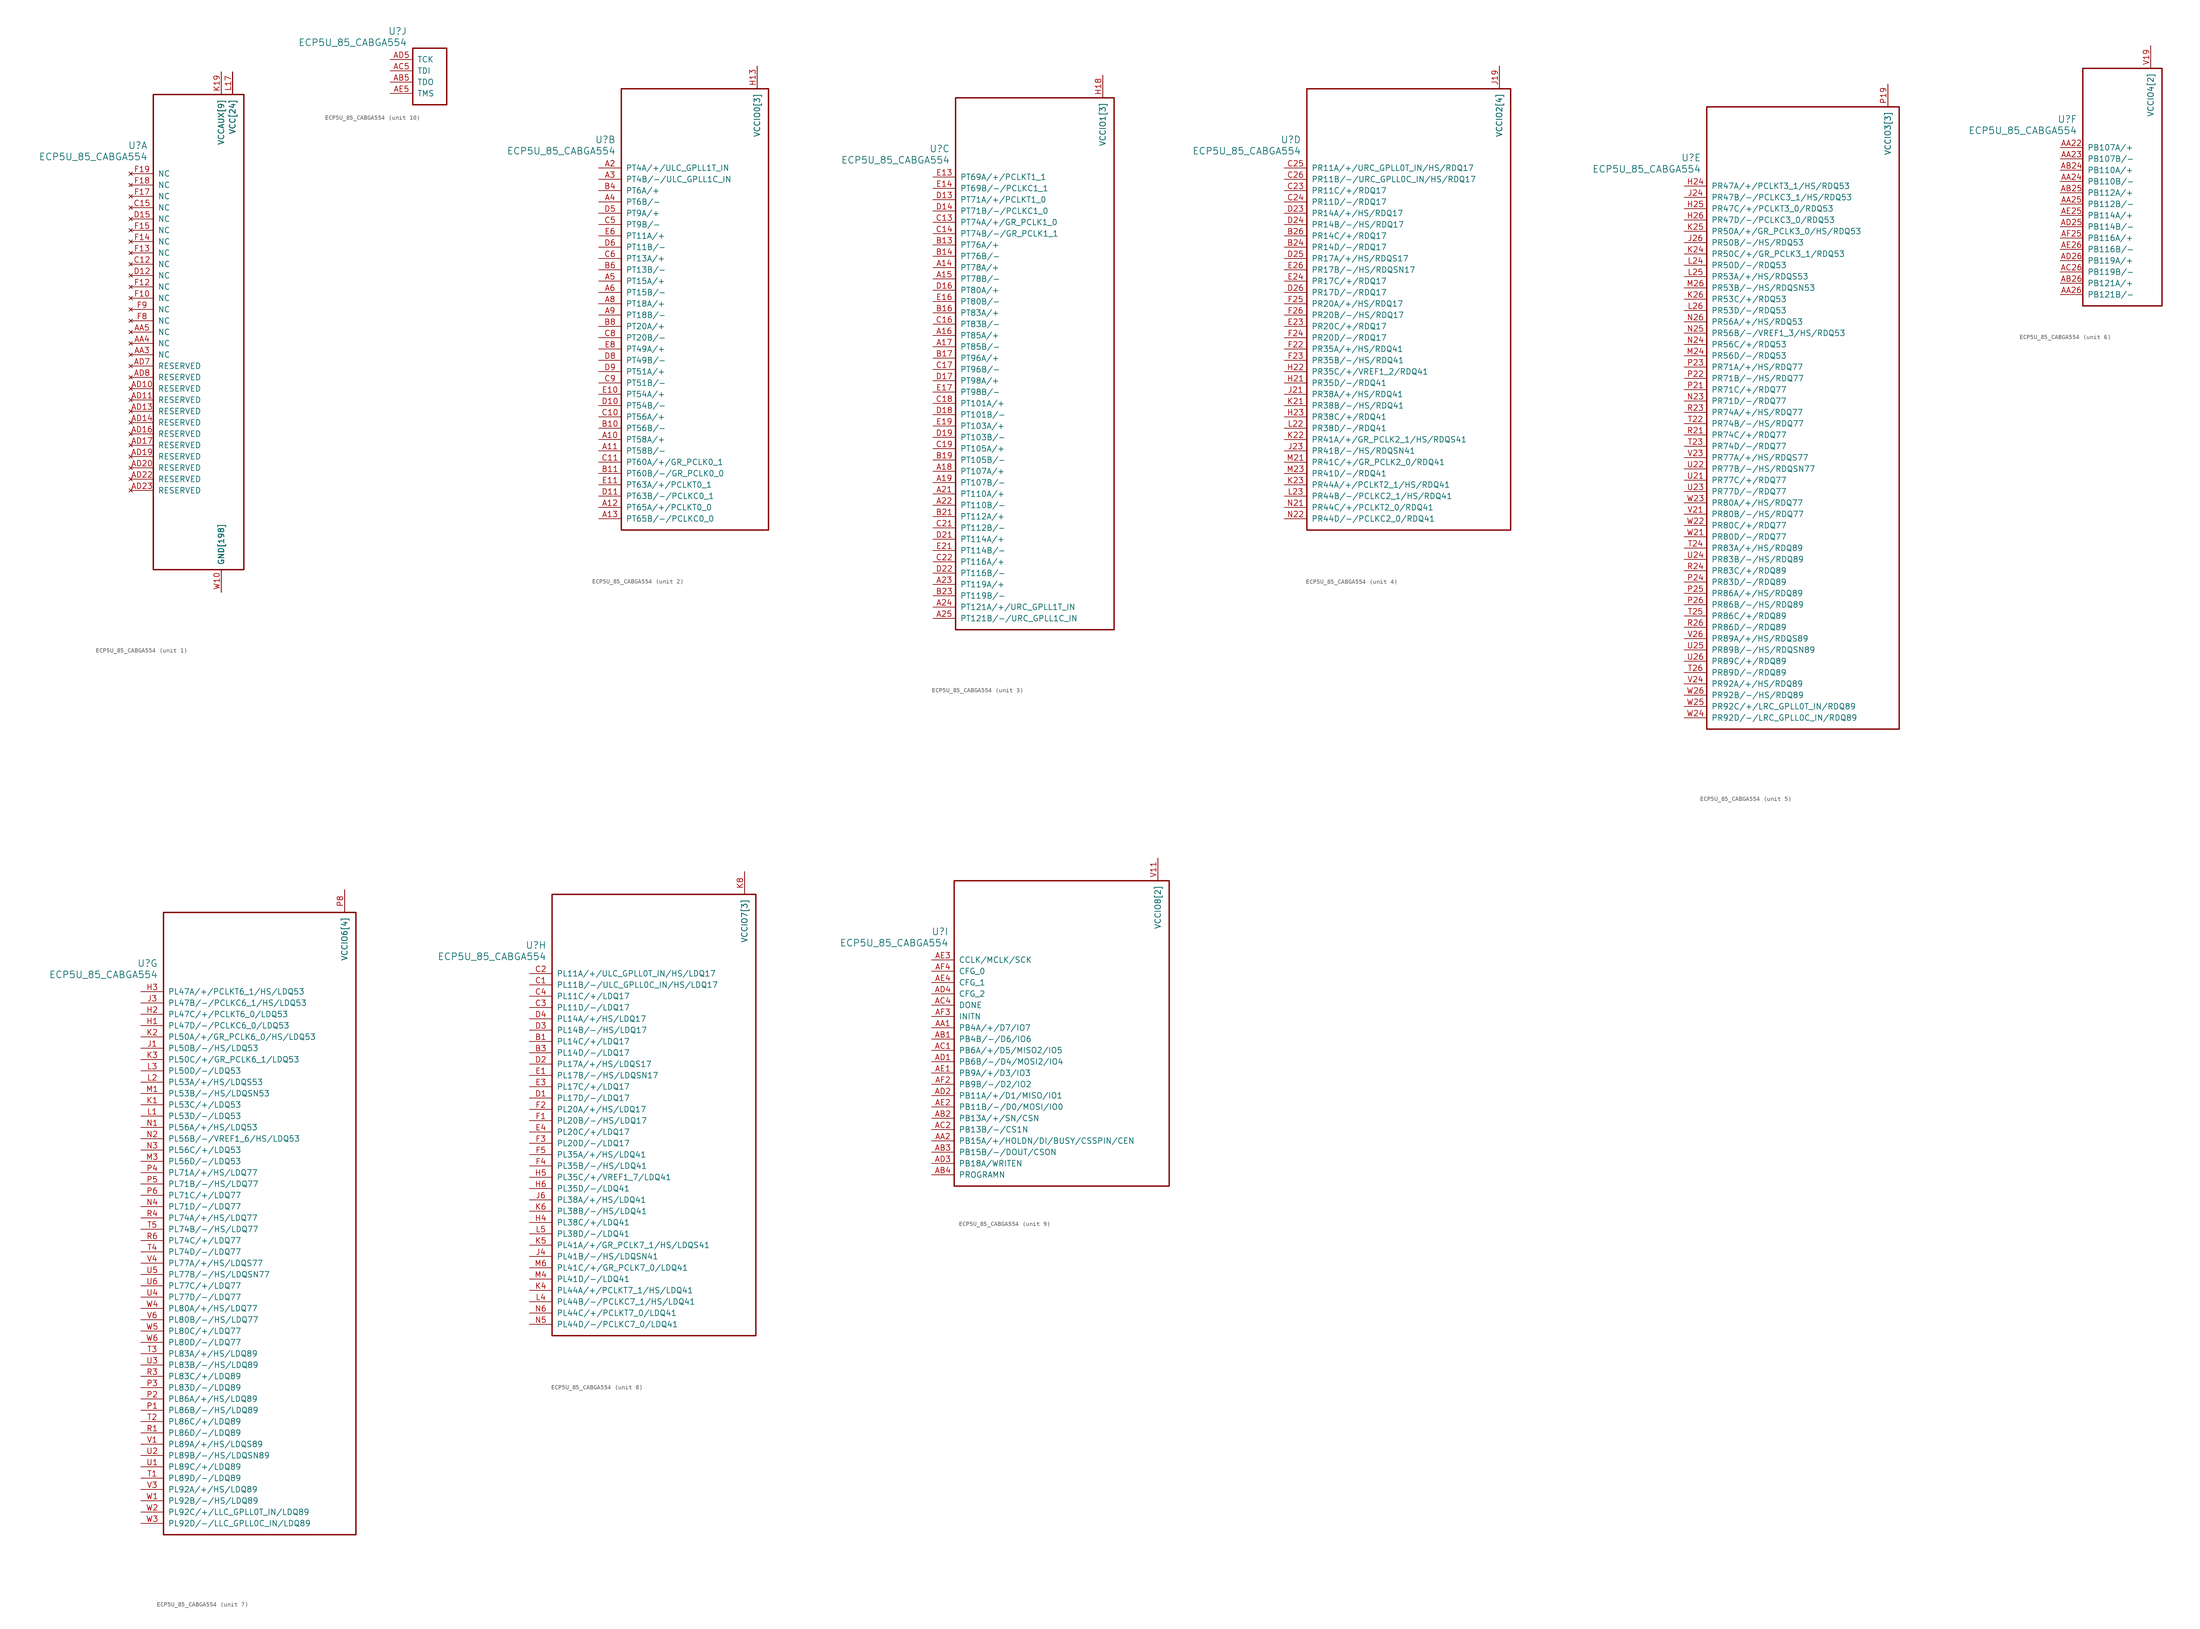
<source format=kicad_sym>
(kicad_symbol_lib
  (version 20211014)
  (generator kicad_symbol_editor)
  (symbol "ECP5U_85_CABGA554"
    (pin_names
      (offset 1.016))
    (property "Reference" "U"
      (at 3.81 6.35 0)
      (effects (font (size 1.524 1.524)) (justify right)))
    (property "Value" "ECP5U_85_CABGA554"
      (at 3.81 3.81 0)
      (effects (font (size 1.524 1.524)) (justify right)))
    (property "ki_locked" ""
      (at 0 0 0)
      (effects (font (size 1.27 1.27))))
    (symbol "ECP5U_85_CABGA554_1_1"
      (rectangle (start 5.08 17.78) (end 25.4 -88.9) (stroke (width 0.305) (type default) (color 0 0 0 0)) (fill (type none)))
      (pin power_in line (at 20.32 -93.98 90) (length 5.08) (name "GND[198]" (effects (font (size 1.27 1.27)))) (number "AA10" (effects (font (size 0 0)))))
      (pin power_in line (at 20.32 -93.98 90) (length 5.08) (name "GND[198]" (effects (font (size 1.27 1.27)))) (number "AA12" (effects (font (size 0 0)))))
      (pin power_in line (at 20.32 -93.98 90) (length 5.08) (name "GND[198]" (effects (font (size 1.27 1.27)))) (number "AA13" (effects (font (size 0 0)))))
      (pin power_in line (at 20.32 -93.98 90) (length 5.08) (name "GND[198]" (effects (font (size 1.27 1.27)))) (number "AA14" (effects (font (size 0 0)))))
      (pin power_in line (at 20.32 -93.98 90) (length 5.08) (name "GND[198]" (effects (font (size 1.27 1.27)))) (number "AA15" (effects (font (size 0 0)))))
      (pin power_in line (at 20.32 -93.98 90) (length 5.08) (name "GND[198]" (effects (font (size 1.27 1.27)))) (number "AA17" (effects (font (size 0 0)))))
      (pin power_in line (at 20.32 -93.98 90) (length 5.08) (name "GND[198]" (effects (font (size 1.27 1.27)))) (number "AA18" (effects (font (size 0 0)))))
      (pin power_in line (at 20.32 -93.98 90) (length 5.08) (name "GND[198]" (effects (font (size 1.27 1.27)))) (number "AA20" (effects (font (size 0 0)))))
      (pin no_connect line (at 0 -40.64 0) (length 5.08) (name "NC" (effects (font (size 1.27 1.27)))) (number "AA3" (effects (font (size 1.27 1.27)))))
      (pin no_connect line (at 0 -38.1 0) (length 5.08) (name "NC" (effects (font (size 1.27 1.27)))) (number "AA4" (effects (font (size 1.27 1.27)))))
      (pin no_connect line (at 0 -35.56 0) (length 5.08) (name "NC" (effects (font (size 1.27 1.27)))) (number "AA5" (effects (font (size 1.27 1.27)))))
      (pin power_in line (at 20.32 -93.98 90) (length 5.08) (name "GND[198]" (effects (font (size 1.27 1.27)))) (number "AA7" (effects (font (size 0 0)))))
      (pin power_in line (at 20.32 -93.98 90) (length 5.08) (name "GND[198]" (effects (font (size 1.27 1.27)))) (number "AA9" (effects (font (size 0 0)))))
      (pin power_in line (at 20.32 -93.98 90) (length 5.08) (name "GND[198]" (effects (font (size 1.27 1.27)))) (number "AB10" (effects (font (size 0 0)))))
      (pin power_in line (at 20.32 -93.98 90) (length 5.08) (name "GND[198]" (effects (font (size 1.27 1.27)))) (number "AB12" (effects (font (size 0 0)))))
      (pin power_in line (at 20.32 -93.98 90) (length 5.08) (name "GND[198]" (effects (font (size 1.27 1.27)))) (number "AB13" (effects (font (size 0 0)))))
      (pin power_in line (at 20.32 -93.98 90) (length 5.08) (name "GND[198]" (effects (font (size 1.27 1.27)))) (number "AB14" (effects (font (size 0 0)))))
      (pin power_in line (at 20.32 -93.98 90) (length 5.08) (name "GND[198]" (effects (font (size 1.27 1.27)))) (number "AB15" (effects (font (size 0 0)))))
      (pin power_in line (at 20.32 -93.98 90) (length 5.08) (name "GND[198]" (effects (font (size 1.27 1.27)))) (number "AB17" (effects (font (size 0 0)))))
      (pin power_in line (at 20.32 -93.98 90) (length 5.08) (name "GND[198]" (effects (font (size 1.27 1.27)))) (number "AB18" (effects (font (size 0 0)))))
      (pin power_in line (at 20.32 -93.98 90) (length 5.08) (name "GND[198]" (effects (font (size 1.27 1.27)))) (number "AB20" (effects (font (size 0 0)))))
      (pin power_in line (at 20.32 -93.98 90) (length 5.08) (name "GND[198]" (effects (font (size 1.27 1.27)))) (number "AB21" (effects (font (size 0 0)))))
      (pin power_in line (at 20.32 -93.98 90) (length 5.08) (name "GND[198]" (effects (font (size 1.27 1.27)))) (number "AB22" (effects (font (size 0 0)))))
      (pin power_in line (at 20.32 -93.98 90) (length 5.08) (name "GND[198]" (effects (font (size 1.27 1.27)))) (number "AB23" (effects (font (size 0 0)))))
      (pin power_in line (at 20.32 -93.98 90) (length 5.08) (name "GND[198]" (effects (font (size 1.27 1.27)))) (number "AB6" (effects (font (size 0 0)))))
      (pin power_in line (at 20.32 -93.98 90) (length 5.08) (name "GND[198]" (effects (font (size 1.27 1.27)))) (number "AB7" (effects (font (size 0 0)))))
      (pin power_in line (at 20.32 -93.98 90) (length 5.08) (name "GND[198]" (effects (font (size 1.27 1.27)))) (number "AB9" (effects (font (size 0 0)))))
      (pin power_in line (at 20.32 -93.98 90) (length 5.08) (name "GND[198]" (effects (font (size 1.27 1.27)))) (number "AC10" (effects (font (size 0 0)))))
      (pin power_in line (at 20.32 -93.98 90) (length 5.08) (name "GND[198]" (effects (font (size 1.27 1.27)))) (number "AC11" (effects (font (size 0 0)))))
      (pin power_in line (at 20.32 -93.98 90) (length 5.08) (name "GND[198]" (effects (font (size 1.27 1.27)))) (number "AC12" (effects (font (size 0 0)))))
      (pin power_in line (at 20.32 -93.98 90) (length 5.08) (name "GND[198]" (effects (font (size 1.27 1.27)))) (number "AC13" (effects (font (size 0 0)))))
      (pin power_in line (at 20.32 -93.98 90) (length 5.08) (name "GND[198]" (effects (font (size 1.27 1.27)))) (number "AC14" (effects (font (size 0 0)))))
      (pin power_in line (at 20.32 -93.98 90) (length 5.08) (name "GND[198]" (effects (font (size 1.27 1.27)))) (number "AC15" (effects (font (size 0 0)))))
      (pin power_in line (at 20.32 -93.98 90) (length 5.08) (name "GND[198]" (effects (font (size 1.27 1.27)))) (number "AC16" (effects (font (size 0 0)))))
      (pin power_in line (at 20.32 -93.98 90) (length 5.08) (name "GND[198]" (effects (font (size 1.27 1.27)))) (number "AC17" (effects (font (size 0 0)))))
      (pin power_in line (at 20.32 -93.98 90) (length 5.08) (name "GND[198]" (effects (font (size 1.27 1.27)))) (number "AC18" (effects (font (size 0 0)))))
      (pin power_in line (at 20.32 -93.98 90) (length 5.08) (name "GND[198]" (effects (font (size 1.27 1.27)))) (number "AC19" (effects (font (size 0 0)))))
      (pin power_in line (at 20.32 -93.98 90) (length 5.08) (name "GND[198]" (effects (font (size 1.27 1.27)))) (number "AC20" (effects (font (size 0 0)))))
      (pin power_in line (at 20.32 -93.98 90) (length 5.08) (name "GND[198]" (effects (font (size 1.27 1.27)))) (number "AC21" (effects (font (size 0 0)))))
      (pin power_in line (at 20.32 -93.98 90) (length 5.08) (name "GND[198]" (effects (font (size 1.27 1.27)))) (number "AC22" (effects (font (size 0 0)))))
      (pin power_in line (at 20.32 -93.98 90) (length 5.08) (name "GND[198]" (effects (font (size 1.27 1.27)))) (number "AC23" (effects (font (size 0 0)))))
      (pin power_in line (at 20.32 -93.98 90) (length 5.08) (name "GND[198]" (effects (font (size 1.27 1.27)))) (number "AC24" (effects (font (size 0 0)))))
      (pin power_in line (at 20.32 -93.98 90) (length 5.08) (name "GND[198]" (effects (font (size 1.27 1.27)))) (number "AC25" (effects (font (size 0 0)))))
      (pin power_in line (at 20.32 -93.98 90) (length 5.08) (name "GND[198]" (effects (font (size 1.27 1.27)))) (number "AC3" (effects (font (size 0 0)))))
      (pin power_in line (at 20.32 -93.98 90) (length 5.08) (name "GND[198]" (effects (font (size 1.27 1.27)))) (number "AC6" (effects (font (size 0 0)))))
      (pin power_in line (at 20.32 -93.98 90) (length 5.08) (name "GND[198]" (effects (font (size 1.27 1.27)))) (number "AC7" (effects (font (size 0 0)))))
      (pin power_in line (at 20.32 -93.98 90) (length 5.08) (name "GND[198]" (effects (font (size 1.27 1.27)))) (number "AC8" (effects (font (size 0 0)))))
      (pin power_in line (at 20.32 -93.98 90) (length 5.08) (name "GND[198]" (effects (font (size 1.27 1.27)))) (number "AC9" (effects (font (size 0 0)))))
      (pin no_connect line (at 0 -48.26 0) (length 5.08) (name "RESERVED" (effects (font (size 1.27 1.27)))) (number "AD10" (effects (font (size 1.27 1.27)))))
      (pin no_connect line (at 0 -50.8 0) (length 5.08) (name "RESERVED" (effects (font (size 1.27 1.27)))) (number "AD11" (effects (font (size 1.27 1.27)))))
      (pin power_in line (at 20.32 -93.98 90) (length 5.08) (name "GND[198]" (effects (font (size 1.27 1.27)))) (number "AD12" (effects (font (size 0 0)))))
      (pin no_connect line (at 0 -53.34 0) (length 5.08) (name "RESERVED" (effects (font (size 1.27 1.27)))) (number "AD13" (effects (font (size 1.27 1.27)))))
      (pin no_connect line (at 0 -55.88 0) (length 5.08) (name "RESERVED" (effects (font (size 1.27 1.27)))) (number "AD14" (effects (font (size 1.27 1.27)))))
      (pin power_in line (at 20.32 -93.98 90) (length 5.08) (name "GND[198]" (effects (font (size 1.27 1.27)))) (number "AD15" (effects (font (size 0 0)))))
      (pin no_connect line (at 0 -58.42 0) (length 5.08) (name "RESERVED" (effects (font (size 1.27 1.27)))) (number "AD16" (effects (font (size 1.27 1.27)))))
      (pin no_connect line (at 0 -60.96 0) (length 5.08) (name "RESERVED" (effects (font (size 1.27 1.27)))) (number "AD17" (effects (font (size 1.27 1.27)))))
      (pin power_in line (at 20.32 -93.98 90) (length 5.08) (name "GND[198]" (effects (font (size 1.27 1.27)))) (number "AD18" (effects (font (size 0 0)))))
      (pin no_connect line (at 0 -63.5 0) (length 5.08) (name "RESERVED" (effects (font (size 1.27 1.27)))) (number "AD19" (effects (font (size 1.27 1.27)))))
      (pin no_connect line (at 0 -66.04 0) (length 5.08) (name "RESERVED" (effects (font (size 1.27 1.27)))) (number "AD20" (effects (font (size 1.27 1.27)))))
      (pin power_in line (at 20.32 -93.98 90) (length 5.08) (name "GND[198]" (effects (font (size 1.27 1.27)))) (number "AD21" (effects (font (size 0 0)))))
      (pin no_connect line (at 0 -68.58 0) (length 5.08) (name "RESERVED" (effects (font (size 1.27 1.27)))) (number "AD22" (effects (font (size 1.27 1.27)))))
      (pin no_connect line (at 0 -71.12 0) (length 5.08) (name "RESERVED" (effects (font (size 1.27 1.27)))) (number "AD23" (effects (font (size 1.27 1.27)))))
      (pin power_in line (at 20.32 -93.98 90) (length 5.08) (name "GND[198]" (effects (font (size 1.27 1.27)))) (number "AD24" (effects (font (size 0 0)))))
      (pin power_in line (at 20.32 -93.98 90) (length 5.08) (name "GND[198]" (effects (font (size 1.27 1.27)))) (number "AD6" (effects (font (size 0 0)))))
      (pin no_connect line (at 0 -43.18 0) (length 5.08) (name "RESERVED" (effects (font (size 1.27 1.27)))) (number "AD7" (effects (font (size 1.27 1.27)))))
      (pin no_connect line (at 0 -45.72 0) (length 5.08) (name "RESERVED" (effects (font (size 1.27 1.27)))) (number "AD8" (effects (font (size 1.27 1.27)))))
      (pin power_in line (at 20.32 -93.98 90) (length 5.08) (name "GND[198]" (effects (font (size 1.27 1.27)))) (number "AD9" (effects (font (size 0 0)))))
      (pin power_in line (at 20.32 -93.98 90) (length 5.08) (name "GND[198]" (effects (font (size 1.27 1.27)))) (number "AE10" (effects (font (size 0 0)))))
      (pin power_in line (at 20.32 -93.98 90) (length 5.08) (name "GND[198]" (effects (font (size 1.27 1.27)))) (number "AE12" (effects (font (size 0 0)))))
      (pin power_in line (at 20.32 -93.98 90) (length 5.08) (name "GND[198]" (effects (font (size 1.27 1.27)))) (number "AE13" (effects (font (size 0 0)))))
      (pin power_in line (at 20.32 -93.98 90) (length 5.08) (name "GND[198]" (effects (font (size 1.27 1.27)))) (number "AE15" (effects (font (size 0 0)))))
      (pin power_in line (at 20.32 -93.98 90) (length 5.08) (name "GND[198]" (effects (font (size 1.27 1.27)))) (number "AE16" (effects (font (size 0 0)))))
      (pin power_in line (at 20.32 -93.98 90) (length 5.08) (name "GND[198]" (effects (font (size 1.27 1.27)))) (number "AE18" (effects (font (size 0 0)))))
      (pin power_in line (at 20.32 -93.98 90) (length 5.08) (name "GND[198]" (effects (font (size 1.27 1.27)))) (number "AE19" (effects (font (size 0 0)))))
      (pin power_in line (at 20.32 -93.98 90) (length 5.08) (name "GND[198]" (effects (font (size 1.27 1.27)))) (number "AE21" (effects (font (size 0 0)))))
      (pin power_in line (at 20.32 -93.98 90) (length 5.08) (name "GND[198]" (effects (font (size 1.27 1.27)))) (number "AE22" (effects (font (size 0 0)))))
      (pin power_in line (at 20.32 -93.98 90) (length 5.08) (name "GND[198]" (effects (font (size 1.27 1.27)))) (number "AE24" (effects (font (size 0 0)))))
      (pin power_in line (at 20.32 -93.98 90) (length 5.08) (name "GND[198]" (effects (font (size 1.27 1.27)))) (number "AE6" (effects (font (size 0 0)))))
      (pin power_in line (at 20.32 -93.98 90) (length 5.08) (name "GND[198]" (effects (font (size 1.27 1.27)))) (number "AE7" (effects (font (size 0 0)))))
      (pin power_in line (at 20.32 -93.98 90) (length 5.08) (name "GND[198]" (effects (font (size 1.27 1.27)))) (number "AE9" (effects (font (size 0 0)))))
      (pin power_in line (at 20.32 -93.98 90) (length 5.08) (name "GND[198]" (effects (font (size 1.27 1.27)))) (number "AF10" (effects (font (size 0 0)))))
      (pin power_in line (at 20.32 -93.98 90) (length 5.08) (name "GND[198]" (effects (font (size 1.27 1.27)))) (number "AF12" (effects (font (size 0 0)))))
      (pin power_in line (at 20.32 -93.98 90) (length 5.08) (name "GND[198]" (effects (font (size 1.27 1.27)))) (number "AF13" (effects (font (size 0 0)))))
      (pin power_in line (at 20.32 -93.98 90) (length 5.08) (name "GND[198]" (effects (font (size 1.27 1.27)))) (number "AF15" (effects (font (size 0 0)))))
      (pin power_in line (at 20.32 -93.98 90) (length 5.08) (name "GND[198]" (effects (font (size 1.27 1.27)))) (number "AF16" (effects (font (size 0 0)))))
      (pin power_in line (at 20.32 -93.98 90) (length 5.08) (name "GND[198]" (effects (font (size 1.27 1.27)))) (number "AF18" (effects (font (size 0 0)))))
      (pin power_in line (at 20.32 -93.98 90) (length 5.08) (name "GND[198]" (effects (font (size 1.27 1.27)))) (number "AF19" (effects (font (size 0 0)))))
      (pin power_in line (at 20.32 -93.98 90) (length 5.08) (name "GND[198]" (effects (font (size 1.27 1.27)))) (number "AF21" (effects (font (size 0 0)))))
      (pin power_in line (at 20.32 -93.98 90) (length 5.08) (name "GND[198]" (effects (font (size 1.27 1.27)))) (number "AF22" (effects (font (size 0 0)))))
      (pin power_in line (at 20.32 -93.98 90) (length 5.08) (name "GND[198]" (effects (font (size 1.27 1.27)))) (number "AF24" (effects (font (size 0 0)))))
      (pin power_in line (at 20.32 -93.98 90) (length 5.08) (name "GND[198]" (effects (font (size 1.27 1.27)))) (number "AF5" (effects (font (size 0 0)))))
      (pin power_in line (at 20.32 -93.98 90) (length 5.08) (name "GND[198]" (effects (font (size 1.27 1.27)))) (number "AF6" (effects (font (size 0 0)))))
      (pin power_in line (at 20.32 -93.98 90) (length 5.08) (name "GND[198]" (effects (font (size 1.27 1.27)))) (number "AF7" (effects (font (size 0 0)))))
      (pin power_in line (at 20.32 -93.98 90) (length 5.08) (name "GND[198]" (effects (font (size 1.27 1.27)))) (number "AF9" (effects (font (size 0 0)))))
      (pin power_in line (at 20.32 -93.98 90) (length 5.08) (name "GND[198]" (effects (font (size 1.27 1.27)))) (number "B12" (effects (font (size 0 0)))))
      (pin power_in line (at 20.32 -93.98 90) (length 5.08) (name "GND[198]" (effects (font (size 1.27 1.27)))) (number "B15" (effects (font (size 0 0)))))
      (pin power_in line (at 20.32 -93.98 90) (length 5.08) (name "GND[198]" (effects (font (size 1.27 1.27)))) (number "B18" (effects (font (size 0 0)))))
      (pin power_in line (at 20.32 -93.98 90) (length 5.08) (name "GND[198]" (effects (font (size 1.27 1.27)))) (number "B2" (effects (font (size 0 0)))))
      (pin power_in line (at 20.32 -93.98 90) (length 5.08) (name "GND[198]" (effects (font (size 1.27 1.27)))) (number "B22" (effects (font (size 0 0)))))
      (pin power_in line (at 20.32 -93.98 90) (length 5.08) (name "GND[198]" (effects (font (size 1.27 1.27)))) (number "B25" (effects (font (size 0 0)))))
      (pin power_in line (at 20.32 -93.98 90) (length 5.08) (name "GND[198]" (effects (font (size 1.27 1.27)))) (number "B5" (effects (font (size 0 0)))))
      (pin power_in line (at 20.32 -93.98 90) (length 5.08) (name "GND[198]" (effects (font (size 1.27 1.27)))) (number "B9" (effects (font (size 0 0)))))
      (pin no_connect line (at 0 -20.32 0) (length 5.08) (name "NC" (effects (font (size 1.27 1.27)))) (number "C12" (effects (font (size 1.27 1.27)))))
      (pin no_connect line (at 0 -7.62 0) (length 5.08) (name "NC" (effects (font (size 1.27 1.27)))) (number "C15" (effects (font (size 1.27 1.27)))))
      (pin no_connect line (at 0 -22.86 0) (length 5.08) (name "NC" (effects (font (size 1.27 1.27)))) (number "D12" (effects (font (size 1.27 1.27)))))
      (pin no_connect line (at 0 -10.16 0) (length 5.08) (name "NC" (effects (font (size 1.27 1.27)))) (number "D15" (effects (font (size 1.27 1.27)))))
      (pin power_in line (at 20.32 -93.98 90) (length 5.08) (name "GND[198]" (effects (font (size 1.27 1.27)))) (number "E12" (effects (font (size 0 0)))))
      (pin power_in line (at 20.32 -93.98 90) (length 5.08) (name "GND[198]" (effects (font (size 1.27 1.27)))) (number "E15" (effects (font (size 0 0)))))
      (pin power_in line (at 20.32 -93.98 90) (length 5.08) (name "GND[198]" (effects (font (size 1.27 1.27)))) (number "E18" (effects (font (size 0 0)))))
      (pin power_in line (at 20.32 -93.98 90) (length 5.08) (name "GND[198]" (effects (font (size 1.27 1.27)))) (number "E2" (effects (font (size 0 0)))))
      (pin power_in line (at 20.32 -93.98 90) (length 5.08) (name "GND[198]" (effects (font (size 1.27 1.27)))) (number "E22" (effects (font (size 0 0)))))
      (pin power_in line (at 20.32 -93.98 90) (length 5.08) (name "GND[198]" (effects (font (size 1.27 1.27)))) (number "E25" (effects (font (size 0 0)))))
      (pin power_in line (at 20.32 -93.98 90) (length 5.08) (name "GND[198]" (effects (font (size 1.27 1.27)))) (number "E5" (effects (font (size 0 0)))))
      (pin power_in line (at 20.32 -93.98 90) (length 5.08) (name "GND[198]" (effects (font (size 1.27 1.27)))) (number "E9" (effects (font (size 0 0)))))
      (pin no_connect line (at 0 -27.94 0) (length 5.08) (name "NC" (effects (font (size 1.27 1.27)))) (number "F10" (effects (font (size 1.27 1.27)))))
      (pin no_connect line (at 0 -25.4 0) (length 5.08) (name "NC" (effects (font (size 1.27 1.27)))) (number "F12" (effects (font (size 1.27 1.27)))))
      (pin no_connect line (at 0 -17.78 0) (length 5.08) (name "NC" (effects (font (size 1.27 1.27)))) (number "F13" (effects (font (size 1.27 1.27)))))
      (pin no_connect line (at 0 -15.24 0) (length 5.08) (name "NC" (effects (font (size 1.27 1.27)))) (number "F14" (effects (font (size 1.27 1.27)))))
      (pin no_connect line (at 0 -12.7 0) (length 5.08) (name "NC" (effects (font (size 1.27 1.27)))) (number "F15" (effects (font (size 1.27 1.27)))))
      (pin no_connect line (at 0 -5.08 0) (length 5.08) (name "NC" (effects (font (size 1.27 1.27)))) (number "F17" (effects (font (size 1.27 1.27)))))
      (pin no_connect line (at 0 -2.54 0) (length 5.08) (name "NC" (effects (font (size 1.27 1.27)))) (number "F18" (effects (font (size 1.27 1.27)))))
      (pin no_connect line (at 0 0 0) (length 5.08) (name "NC" (effects (font (size 1.27 1.27)))) (number "F19" (effects (font (size 1.27 1.27)))))
      (pin no_connect line (at 0 -33.02 0) (length 5.08) (name "NC" (effects (font (size 1.27 1.27)))) (number "F8" (effects (font (size 1.27 1.27)))))
      (pin no_connect line (at 0 -30.48 0) (length 5.08) (name "NC" (effects (font (size 1.27 1.27)))) (number "F9" (effects (font (size 1.27 1.27)))))
      (pin power_in line (at 20.32 22.86 270) (length 5.08) (name "VCCAUX[9]" (effects (font (size 1.27 1.27)))) (number "H11" (effects (font (size 0 0)))))
      (pin power_in line (at 20.32 22.86 270) (length 5.08) (name "VCCAUX[9]" (effects (font (size 1.27 1.27)))) (number "H14" (effects (font (size 0 0)))))
      (pin power_in line (at 20.32 22.86 270) (length 5.08) (name "VCCAUX[9]" (effects (font (size 1.27 1.27)))) (number "H17" (effects (font (size 0 0)))))
      (pin power_in line (at 20.32 -93.98 90) (length 5.08) (name "GND[198]" (effects (font (size 1.27 1.27)))) (number "H19" (effects (font (size 0 0)))))
      (pin power_in line (at 20.32 -93.98 90) (length 5.08) (name "GND[198]" (effects (font (size 1.27 1.27)))) (number "H8" (effects (font (size 0 0)))))
      (pin power_in line (at 20.32 -93.98 90) (length 5.08) (name "GND[198]" (effects (font (size 1.27 1.27)))) (number "H9" (effects (font (size 0 0)))))
      (pin power_in line (at 20.32 -93.98 90) (length 5.08) (name "GND[198]" (effects (font (size 1.27 1.27)))) (number "J10" (effects (font (size 0 0)))))
      (pin power_in line (at 20.32 -93.98 90) (length 5.08) (name "GND[198]" (effects (font (size 1.27 1.27)))) (number "J11" (effects (font (size 0 0)))))
      (pin power_in line (at 20.32 -93.98 90) (length 5.08) (name "GND[198]" (effects (font (size 1.27 1.27)))) (number "J12" (effects (font (size 0 0)))))
      (pin power_in line (at 20.32 -93.98 90) (length 5.08) (name "GND[198]" (effects (font (size 1.27 1.27)))) (number "J13" (effects (font (size 0 0)))))
      (pin power_in line (at 20.32 -93.98 90) (length 5.08) (name "GND[198]" (effects (font (size 1.27 1.27)))) (number "J14" (effects (font (size 0 0)))))
      (pin power_in line (at 20.32 -93.98 90) (length 5.08) (name "GND[198]" (effects (font (size 1.27 1.27)))) (number "J15" (effects (font (size 0 0)))))
      (pin power_in line (at 20.32 -93.98 90) (length 5.08) (name "GND[198]" (effects (font (size 1.27 1.27)))) (number "J16" (effects (font (size 0 0)))))
      (pin power_in line (at 20.32 -93.98 90) (length 5.08) (name "GND[198]" (effects (font (size 1.27 1.27)))) (number "J17" (effects (font (size 0 0)))))
      (pin power_in line (at 20.32 -93.98 90) (length 5.08) (name "GND[198]" (effects (font (size 1.27 1.27)))) (number "J18" (effects (font (size 0 0)))))
      (pin power_in line (at 20.32 -93.98 90) (length 5.08) (name "GND[198]" (effects (font (size 1.27 1.27)))) (number "J2" (effects (font (size 0 0)))))
      (pin power_in line (at 20.32 -93.98 90) (length 5.08) (name "GND[198]" (effects (font (size 1.27 1.27)))) (number "J22" (effects (font (size 0 0)))))
      (pin power_in line (at 20.32 -93.98 90) (length 5.08) (name "GND[198]" (effects (font (size 1.27 1.27)))) (number "J25" (effects (font (size 0 0)))))
      (pin power_in line (at 20.32 -93.98 90) (length 5.08) (name "GND[198]" (effects (font (size 1.27 1.27)))) (number "J5" (effects (font (size 0 0)))))
      (pin power_in line (at 20.32 -93.98 90) (length 5.08) (name "GND[198]" (effects (font (size 1.27 1.27)))) (number "J8" (effects (font (size 0 0)))))
      (pin power_in line (at 20.32 -93.98 90) (length 5.08) (name "GND[198]" (effects (font (size 1.27 1.27)))) (number "J9" (effects (font (size 0 0)))))
      (pin power_in line (at 20.32 -93.98 90) (length 5.08) (name "GND[198]" (effects (font (size 1.27 1.27)))) (number "K10" (effects (font (size 0 0)))))
      (pin power_in line (at 22.86 22.86 270) (length 5.08) (name "VCC[24]" (effects (font (size 1.27 1.27)))) (number "K11" (effects (font (size 0 0)))))
      (pin power_in line (at 22.86 22.86 270) (length 5.08) (name "VCC[24]" (effects (font (size 1.27 1.27)))) (number "K12" (effects (font (size 0 0)))))
      (pin power_in line (at 22.86 22.86 270) (length 5.08) (name "VCC[24]" (effects (font (size 1.27 1.27)))) (number "K13" (effects (font (size 0 0)))))
      (pin power_in line (at 22.86 22.86 270) (length 5.08) (name "VCC[24]" (effects (font (size 1.27 1.27)))) (number "K14" (effects (font (size 0 0)))))
      (pin power_in line (at 22.86 22.86 270) (length 5.08) (name "VCC[24]" (effects (font (size 1.27 1.27)))) (number "K15" (effects (font (size 0 0)))))
      (pin power_in line (at 22.86 22.86 270) (length 5.08) (name "VCC[24]" (effects (font (size 1.27 1.27)))) (number "K16" (effects (font (size 0 0)))))
      (pin power_in line (at 20.32 -93.98 90) (length 5.08) (name "GND[198]" (effects (font (size 1.27 1.27)))) (number "K17" (effects (font (size 0 0)))))
      (pin power_in line (at 20.32 -93.98 90) (length 5.08) (name "GND[198]" (effects (font (size 1.27 1.27)))) (number "K18" (effects (font (size 0 0)))))
      (pin power_in line (at 20.32 22.86 270) (length 5.08) (name "VCCAUX[9]" (effects (font (size 1.27 1.27)))) (number "K19" (effects (font (size 1.27 1.27)))))
      (pin power_in line (at 20.32 -93.98 90) (length 5.08) (name "GND[198]" (effects (font (size 1.27 1.27)))) (number "K9" (effects (font (size 0 0)))))
      (pin power_in line (at 22.86 22.86 270) (length 5.08) (name "VCC[24]" (effects (font (size 1.27 1.27)))) (number "L10" (effects (font (size 0 0)))))
      (pin power_in line (at 20.32 -93.98 90) (length 5.08) (name "GND[198]" (effects (font (size 1.27 1.27)))) (number "L11" (effects (font (size 0 0)))))
      (pin power_in line (at 20.32 -93.98 90) (length 5.08) (name "GND[198]" (effects (font (size 1.27 1.27)))) (number "L12" (effects (font (size 0 0)))))
      (pin power_in line (at 20.32 -93.98 90) (length 5.08) (name "GND[198]" (effects (font (size 1.27 1.27)))) (number "L13" (effects (font (size 0 0)))))
      (pin power_in line (at 20.32 -93.98 90) (length 5.08) (name "GND[198]" (effects (font (size 1.27 1.27)))) (number "L14" (effects (font (size 0 0)))))
      (pin power_in line (at 20.32 -93.98 90) (length 5.08) (name "GND[198]" (effects (font (size 1.27 1.27)))) (number "L15" (effects (font (size 0 0)))))
      (pin power_in line (at 20.32 -93.98 90) (length 5.08) (name "GND[198]" (effects (font (size 1.27 1.27)))) (number "L16" (effects (font (size 0 0)))))
      (pin power_in line (at 22.86 22.86 270) (length 5.08) (name "VCC[24]" (effects (font (size 1.27 1.27)))) (number "L17" (effects (font (size 1.27 1.27)))))
      (pin power_in line (at 20.32 -93.98 90) (length 5.08) (name "GND[198]" (effects (font (size 1.27 1.27)))) (number "L18" (effects (font (size 0 0)))))
      (pin power_in line (at 20.32 22.86 270) (length 5.08) (name "VCCAUX[9]" (effects (font (size 1.27 1.27)))) (number "L8" (effects (font (size 0 0)))))
      (pin power_in line (at 20.32 -93.98 90) (length 5.08) (name "GND[198]" (effects (font (size 1.27 1.27)))) (number "L9" (effects (font (size 0 0)))))
      (pin power_in line (at 22.86 22.86 270) (length 5.08) (name "VCC[24]" (effects (font (size 1.27 1.27)))) (number "M10" (effects (font (size 0 0)))))
      (pin power_in line (at 20.32 -93.98 90) (length 5.08) (name "GND[198]" (effects (font (size 1.27 1.27)))) (number "M11" (effects (font (size 0 0)))))
      (pin power_in line (at 20.32 -93.98 90) (length 5.08) (name "GND[198]" (effects (font (size 1.27 1.27)))) (number "M12" (effects (font (size 0 0)))))
      (pin power_in line (at 20.32 -93.98 90) (length 5.08) (name "GND[198]" (effects (font (size 1.27 1.27)))) (number "M13" (effects (font (size 0 0)))))
      (pin power_in line (at 20.32 -93.98 90) (length 5.08) (name "GND[198]" (effects (font (size 1.27 1.27)))) (number "M14" (effects (font (size 0 0)))))
      (pin power_in line (at 20.32 -93.98 90) (length 5.08) (name "GND[198]" (effects (font (size 1.27 1.27)))) (number "M15" (effects (font (size 0 0)))))
      (pin power_in line (at 20.32 -93.98 90) (length 5.08) (name "GND[198]" (effects (font (size 1.27 1.27)))) (number "M16" (effects (font (size 0 0)))))
      (pin power_in line (at 22.86 22.86 270) (length 5.08) (name "VCC[24]" (effects (font (size 1.27 1.27)))) (number "M17" (effects (font (size 0 0)))))
      (pin power_in line (at 20.32 -93.98 90) (length 5.08) (name "GND[198]" (effects (font (size 1.27 1.27)))) (number "M18" (effects (font (size 0 0)))))
      (pin power_in line (at 20.32 -93.98 90) (length 5.08) (name "GND[198]" (effects (font (size 1.27 1.27)))) (number "M2" (effects (font (size 0 0)))))
      (pin power_in line (at 20.32 -93.98 90) (length 5.08) (name "GND[198]" (effects (font (size 1.27 1.27)))) (number "M22" (effects (font (size 0 0)))))
      (pin power_in line (at 20.32 -93.98 90) (length 5.08) (name "GND[198]" (effects (font (size 1.27 1.27)))) (number "M25" (effects (font (size 0 0)))))
      (pin power_in line (at 20.32 -93.98 90) (length 5.08) (name "GND[198]" (effects (font (size 1.27 1.27)))) (number "M5" (effects (font (size 0 0)))))
      (pin power_in line (at 20.32 -93.98 90) (length 5.08) (name "GND[198]" (effects (font (size 1.27 1.27)))) (number "M9" (effects (font (size 0 0)))))
      (pin power_in line (at 22.86 22.86 270) (length 5.08) (name "VCC[24]" (effects (font (size 1.27 1.27)))) (number "N10" (effects (font (size 0 0)))))
      (pin power_in line (at 20.32 -93.98 90) (length 5.08) (name "GND[198]" (effects (font (size 1.27 1.27)))) (number "N11" (effects (font (size 0 0)))))
      (pin power_in line (at 20.32 -93.98 90) (length 5.08) (name "GND[198]" (effects (font (size 1.27 1.27)))) (number "N12" (effects (font (size 0 0)))))
      (pin power_in line (at 20.32 -93.98 90) (length 5.08) (name "GND[198]" (effects (font (size 1.27 1.27)))) (number "N13" (effects (font (size 0 0)))))
      (pin power_in line (at 20.32 -93.98 90) (length 5.08) (name "GND[198]" (effects (font (size 1.27 1.27)))) (number "N14" (effects (font (size 0 0)))))
      (pin power_in line (at 20.32 -93.98 90) (length 5.08) (name "GND[198]" (effects (font (size 1.27 1.27)))) (number "N15" (effects (font (size 0 0)))))
      (pin power_in line (at 20.32 -93.98 90) (length 5.08) (name "GND[198]" (effects (font (size 1.27 1.27)))) (number "N16" (effects (font (size 0 0)))))
      (pin power_in line (at 22.86 22.86 270) (length 5.08) (name "VCC[24]" (effects (font (size 1.27 1.27)))) (number "N17" (effects (font (size 0 0)))))
      (pin power_in line (at 20.32 -93.98 90) (length 5.08) (name "GND[198]" (effects (font (size 1.27 1.27)))) (number "N18" (effects (font (size 0 0)))))
      (pin power_in line (at 20.32 -93.98 90) (length 5.08) (name "GND[198]" (effects (font (size 1.27 1.27)))) (number "N9" (effects (font (size 0 0)))))
      (pin power_in line (at 22.86 22.86 270) (length 5.08) (name "VCC[24]" (effects (font (size 1.27 1.27)))) (number "P10" (effects (font (size 0 0)))))
      (pin power_in line (at 20.32 -93.98 90) (length 5.08) (name "GND[198]" (effects (font (size 1.27 1.27)))) (number "P11" (effects (font (size 0 0)))))
      (pin power_in line (at 20.32 -93.98 90) (length 5.08) (name "GND[198]" (effects (font (size 1.27 1.27)))) (number "P12" (effects (font (size 0 0)))))
      (pin power_in line (at 20.32 -93.98 90) (length 5.08) (name "GND[198]" (effects (font (size 1.27 1.27)))) (number "P13" (effects (font (size 0 0)))))
      (pin power_in line (at 20.32 -93.98 90) (length 5.08) (name "GND[198]" (effects (font (size 1.27 1.27)))) (number "P14" (effects (font (size 0 0)))))
      (pin power_in line (at 20.32 -93.98 90) (length 5.08) (name "GND[198]" (effects (font (size 1.27 1.27)))) (number "P15" (effects (font (size 0 0)))))
      (pin power_in line (at 20.32 -93.98 90) (length 5.08) (name "GND[198]" (effects (font (size 1.27 1.27)))) (number "P16" (effects (font (size 0 0)))))
      (pin power_in line (at 22.86 22.86 270) (length 5.08) (name "VCC[24]" (effects (font (size 1.27 1.27)))) (number "P17" (effects (font (size 0 0)))))
      (pin power_in line (at 20.32 -93.98 90) (length 5.08) (name "GND[198]" (effects (font (size 1.27 1.27)))) (number "P18" (effects (font (size 0 0)))))
      (pin power_in line (at 20.32 -93.98 90) (length 5.08) (name "GND[198]" (effects (font (size 1.27 1.27)))) (number "P9" (effects (font (size 0 0)))))
      (pin power_in line (at 22.86 22.86 270) (length 5.08) (name "VCC[24]" (effects (font (size 1.27 1.27)))) (number "R10" (effects (font (size 0 0)))))
      (pin power_in line (at 20.32 -93.98 90) (length 5.08) (name "GND[198]" (effects (font (size 1.27 1.27)))) (number "R11" (effects (font (size 0 0)))))
      (pin power_in line (at 20.32 -93.98 90) (length 5.08) (name "GND[198]" (effects (font (size 1.27 1.27)))) (number "R12" (effects (font (size 0 0)))))
      (pin power_in line (at 20.32 -93.98 90) (length 5.08) (name "GND[198]" (effects (font (size 1.27 1.27)))) (number "R13" (effects (font (size 0 0)))))
      (pin power_in line (at 20.32 -93.98 90) (length 5.08) (name "GND[198]" (effects (font (size 1.27 1.27)))) (number "R14" (effects (font (size 0 0)))))
      (pin power_in line (at 20.32 -93.98 90) (length 5.08) (name "GND[198]" (effects (font (size 1.27 1.27)))) (number "R15" (effects (font (size 0 0)))))
      (pin power_in line (at 20.32 -93.98 90) (length 5.08) (name "GND[198]" (effects (font (size 1.27 1.27)))) (number "R16" (effects (font (size 0 0)))))
      (pin power_in line (at 22.86 22.86 270) (length 5.08) (name "VCC[24]" (effects (font (size 1.27 1.27)))) (number "R17" (effects (font (size 0 0)))))
      (pin power_in line (at 20.32 -93.98 90) (length 5.08) (name "GND[198]" (effects (font (size 1.27 1.27)))) (number "R18" (effects (font (size 0 0)))))
      (pin power_in line (at 20.32 -93.98 90) (length 5.08) (name "GND[198]" (effects (font (size 1.27 1.27)))) (number "R2" (effects (font (size 0 0)))))
      (pin power_in line (at 20.32 -93.98 90) (length 5.08) (name "GND[198]" (effects (font (size 1.27 1.27)))) (number "R22" (effects (font (size 0 0)))))
      (pin power_in line (at 20.32 -93.98 90) (length 5.08) (name "GND[198]" (effects (font (size 1.27 1.27)))) (number "R25" (effects (font (size 0 0)))))
      (pin power_in line (at 20.32 -93.98 90) (length 5.08) (name "GND[198]" (effects (font (size 1.27 1.27)))) (number "R5" (effects (font (size 0 0)))))
      (pin power_in line (at 20.32 -93.98 90) (length 5.08) (name "GND[198]" (effects (font (size 1.27 1.27)))) (number "R9" (effects (font (size 0 0)))))
      (pin power_in line (at 22.86 22.86 270) (length 5.08) (name "VCC[24]" (effects (font (size 1.27 1.27)))) (number "T10" (effects (font (size 0 0)))))
      (pin power_in line (at 22.86 22.86 270) (length 5.08) (name "VCC[24]" (effects (font (size 1.27 1.27)))) (number "T11" (effects (font (size 0 0)))))
      (pin power_in line (at 22.86 22.86 270) (length 5.08) (name "VCC[24]" (effects (font (size 1.27 1.27)))) (number "T12" (effects (font (size 0 0)))))
      (pin power_in line (at 22.86 22.86 270) (length 5.08) (name "VCC[24]" (effects (font (size 1.27 1.27)))) (number "T13" (effects (font (size 0 0)))))
      (pin power_in line (at 22.86 22.86 270) (length 5.08) (name "VCC[24]" (effects (font (size 1.27 1.27)))) (number "T14" (effects (font (size 0 0)))))
      (pin power_in line (at 22.86 22.86 270) (length 5.08) (name "VCC[24]" (effects (font (size 1.27 1.27)))) (number "T15" (effects (font (size 0 0)))))
      (pin power_in line (at 22.86 22.86 270) (length 5.08) (name "VCC[24]" (effects (font (size 1.27 1.27)))) (number "T16" (effects (font (size 0 0)))))
      (pin power_in line (at 22.86 22.86 270) (length 5.08) (name "VCC[24]" (effects (font (size 1.27 1.27)))) (number "T17" (effects (font (size 0 0)))))
      (pin power_in line (at 20.32 -93.98 90) (length 5.08) (name "GND[198]" (effects (font (size 1.27 1.27)))) (number "T18" (effects (font (size 0 0)))))
      (pin power_in line (at 20.32 22.86 270) (length 5.08) (name "VCCAUX[9]" (effects (font (size 1.27 1.27)))) (number "T19" (effects (font (size 0 0)))))
      (pin power_in line (at 20.32 22.86 270) (length 5.08) (name "VCCAUX[9]" (effects (font (size 1.27 1.27)))) (number "T8" (effects (font (size 0 0)))))
      (pin power_in line (at 20.32 -93.98 90) (length 5.08) (name "GND[198]" (effects (font (size 1.27 1.27)))) (number "T9" (effects (font (size 0 0)))))
      (pin power_in line (at 20.32 -93.98 90) (length 5.08) (name "GND[198]" (effects (font (size 1.27 1.27)))) (number "U10" (effects (font (size 0 0)))))
      (pin power_in line (at 20.32 -93.98 90) (length 5.08) (name "GND[198]" (effects (font (size 1.27 1.27)))) (number "U11" (effects (font (size 0 0)))))
      (pin power_in line (at 20.32 -93.98 90) (length 5.08) (name "GND[198]" (effects (font (size 1.27 1.27)))) (number "U12" (effects (font (size 0 0)))))
      (pin power_in line (at 20.32 -93.98 90) (length 5.08) (name "GND[198]" (effects (font (size 1.27 1.27)))) (number "U13" (effects (font (size 0 0)))))
      (pin power_in line (at 20.32 -93.98 90) (length 5.08) (name "GND[198]" (effects (font (size 1.27 1.27)))) (number "U14" (effects (font (size 0 0)))))
      (pin power_in line (at 20.32 -93.98 90) (length 5.08) (name "GND[198]" (effects (font (size 1.27 1.27)))) (number "U15" (effects (font (size 0 0)))))
      (pin power_in line (at 20.32 -93.98 90) (length 5.08) (name "GND[198]" (effects (font (size 1.27 1.27)))) (number "U16" (effects (font (size 0 0)))))
      (pin power_in line (at 20.32 -93.98 90) (length 5.08) (name "GND[198]" (effects (font (size 1.27 1.27)))) (number "U17" (effects (font (size 0 0)))))
      (pin power_in line (at 20.32 -93.98 90) (length 5.08) (name "GND[198]" (effects (font (size 1.27 1.27)))) (number "U18" (effects (font (size 0 0)))))
      (pin power_in line (at 20.32 -93.98 90) (length 5.08) (name "GND[198]" (effects (font (size 1.27 1.27)))) (number "U9" (effects (font (size 0 0)))))
      (pin power_in line (at 20.32 -93.98 90) (length 5.08) (name "GND[198]" (effects (font (size 1.27 1.27)))) (number "V12" (effects (font (size 0 0)))))
      (pin power_in line (at 20.32 -93.98 90) (length 5.08) (name "GND[198]" (effects (font (size 1.27 1.27)))) (number "V13" (effects (font (size 0 0)))))
      (pin power_in line (at 20.32 -93.98 90) (length 5.08) (name "GND[198]" (effects (font (size 1.27 1.27)))) (number "V14" (effects (font (size 0 0)))))
      (pin power_in line (at 20.32 -93.98 90) (length 5.08) (name "GND[198]" (effects (font (size 1.27 1.27)))) (number "V15" (effects (font (size 0 0)))))
      (pin power_in line (at 20.32 -93.98 90) (length 5.08) (name "GND[198]" (effects (font (size 1.27 1.27)))) (number "V16" (effects (font (size 0 0)))))
      (pin power_in line (at 20.32 -93.98 90) (length 5.08) (name "GND[198]" (effects (font (size 1.27 1.27)))) (number "V17" (effects (font (size 0 0)))))
      (pin power_in line (at 20.32 -93.98 90) (length 5.08) (name "GND[198]" (effects (font (size 1.27 1.27)))) (number "V2" (effects (font (size 0 0)))))
      (pin power_in line (at 20.32 -93.98 90) (length 5.08) (name "GND[198]" (effects (font (size 1.27 1.27)))) (number "V22" (effects (font (size 0 0)))))
      (pin power_in line (at 20.32 -93.98 90) (length 5.08) (name "GND[198]" (effects (font (size 1.27 1.27)))) (number "V25" (effects (font (size 0 0)))))
      (pin power_in line (at 20.32 -93.98 90) (length 5.08) (name "GND[198]" (effects (font (size 1.27 1.27)))) (number "V5" (effects (font (size 0 0)))))
      (pin power_in line (at 20.32 -93.98 90) (length 5.08) (name "GND[198]" (effects (font (size 1.27 1.27)))) (number "V9" (effects (font (size 0 0)))))
      (pin power_in line (at 20.32 -93.98 90) (length 5.08) (name "GND[198]" (effects (font (size 1.27 1.27)))) (number "W10" (effects (font (size 1.27 1.27)))))
      (pin power_in line (at 20.32 -93.98 90) (length 5.08) (name "GND[198]" (effects (font (size 1.27 1.27)))) (number "W11" (effects (font (size 0 0)))))
      (pin power_in line (at 20.32 -93.98 90) (length 5.08) (name "GND[198]" (effects (font (size 1.27 1.27)))) (number "W12" (effects (font (size 0 0)))))
      (pin power_in line (at 20.32 -93.98 90) (length 5.08) (name "GND[198]" (effects (font (size 1.27 1.27)))) (number "W13" (effects (font (size 0 0)))))
      (pin power_in line (at 20.32 -93.98 90) (length 5.08) (name "GND[198]" (effects (font (size 1.27 1.27)))) (number "W14" (effects (font (size 0 0)))))
      (pin power_in line (at 20.32 -93.98 90) (length 5.08) (name "GND[198]" (effects (font (size 1.27 1.27)))) (number "W15" (effects (font (size 0 0)))))
      (pin power_in line (at 20.32 -93.98 90) (length 5.08) (name "GND[198]" (effects (font (size 1.27 1.27)))) (number "W16" (effects (font (size 0 0)))))
      (pin power_in line (at 20.32 -93.98 90) (length 5.08) (name "GND[198]" (effects (font (size 1.27 1.27)))) (number "W17" (effects (font (size 0 0)))))
      (pin power_in line (at 20.32 -93.98 90) (length 5.08) (name "GND[198]" (effects (font (size 1.27 1.27)))) (number "W18" (effects (font (size 0 0)))))
      (pin power_in line (at 20.32 22.86 270) (length 5.08) (name "VCCAUX[9]" (effects (font (size 1.27 1.27)))) (number "W19" (effects (font (size 0 0)))))
      (pin power_in line (at 20.32 22.86 270) (length 5.08) (name "VCCAUX[9]" (effects (font (size 1.27 1.27)))) (number "W8" (effects (font (size 0 0)))))
      (pin power_in line (at 20.32 -93.98 90) (length 5.08) (name "GND[198]" (effects (font (size 1.27 1.27)))) (number "W9" (effects (font (size 0 0))))))
    (symbol "ECP5U_85_CABGA554_2_1"
      (rectangle (start 5.08 17.78) (end 38.1 -81.28) (stroke (width 0.305) (type default) (color 0 0 0 0)) (fill (type none)))
      (pin bidirectional line (at 0 -60.96 0) (length 5.08) (name "PT58A/+" (effects (font (size 1.27 1.27)))) (number "A10" (effects (font (size 1.27 1.27)))))
      (pin bidirectional line (at 0 -63.5 0) (length 5.08) (name "PT58B/-" (effects (font (size 1.27 1.27)))) (number "A11" (effects (font (size 1.27 1.27)))))
      (pin bidirectional line (at 0 -76.2 0) (length 5.08) (name "PT65A/+/PCLKT0_0" (effects (font (size 1.27 1.27)))) (number "A12" (effects (font (size 1.27 1.27)))))
      (pin bidirectional line (at 0 -78.74 0) (length 5.08) (name "PT65B/-/PCLKC0_0" (effects (font (size 1.27 1.27)))) (number "A13" (effects (font (size 1.27 1.27)))))
      (pin bidirectional line (at 0 0 0) (length 5.08) (name "PT4A/+/ULC_GPLL1T_IN" (effects (font (size 1.27 1.27)))) (number "A2" (effects (font (size 1.27 1.27)))))
      (pin bidirectional line (at 0 -2.54 0) (length 5.08) (name "PT4B/-/ULC_GPLL1C_IN" (effects (font (size 1.27 1.27)))) (number "A3" (effects (font (size 1.27 1.27)))))
      (pin bidirectional line (at 0 -7.62 0) (length 5.08) (name "PT6B/-" (effects (font (size 1.27 1.27)))) (number "A4" (effects (font (size 1.27 1.27)))))
      (pin bidirectional line (at 0 -25.4 0) (length 5.08) (name "PT15A/+" (effects (font (size 1.27 1.27)))) (number "A5" (effects (font (size 1.27 1.27)))))
      (pin bidirectional line (at 0 -27.94 0) (length 5.08) (name "PT15B/-" (effects (font (size 1.27 1.27)))) (number "A6" (effects (font (size 1.27 1.27)))))
      (pin bidirectional line (at 0 -30.48 0) (length 5.08) (name "PT18A/+" (effects (font (size 1.27 1.27)))) (number "A8" (effects (font (size 1.27 1.27)))))
      (pin bidirectional line (at 0 -33.02 0) (length 5.08) (name "PT18B/-" (effects (font (size 1.27 1.27)))) (number "A9" (effects (font (size 1.27 1.27)))))
      (pin bidirectional line (at 0 -58.42 0) (length 5.08) (name "PT56B/-" (effects (font (size 1.27 1.27)))) (number "B10" (effects (font (size 1.27 1.27)))))
      (pin bidirectional line (at 0 -68.58 0) (length 5.08) (name "PT60B/-/GR_PCLK0_0" (effects (font (size 1.27 1.27)))) (number "B11" (effects (font (size 1.27 1.27)))))
      (pin bidirectional line (at 0 -5.08 0) (length 5.08) (name "PT6A/+" (effects (font (size 1.27 1.27)))) (number "B4" (effects (font (size 1.27 1.27)))))
      (pin bidirectional line (at 0 -22.86 0) (length 5.08) (name "PT13B/-" (effects (font (size 1.27 1.27)))) (number "B6" (effects (font (size 1.27 1.27)))))
      (pin bidirectional line (at 0 -35.56 0) (length 5.08) (name "PT20A/+" (effects (font (size 1.27 1.27)))) (number "B8" (effects (font (size 1.27 1.27)))))
      (pin bidirectional line (at 0 -55.88 0) (length 5.08) (name "PT56A/+" (effects (font (size 1.27 1.27)))) (number "C10" (effects (font (size 1.27 1.27)))))
      (pin bidirectional line (at 0 -66.04 0) (length 5.08) (name "PT60A/+/GR_PCLK0_1" (effects (font (size 1.27 1.27)))) (number "C11" (effects (font (size 1.27 1.27)))))
      (pin bidirectional line (at 0 -12.7 0) (length 5.08) (name "PT9B/-" (effects (font (size 1.27 1.27)))) (number "C5" (effects (font (size 1.27 1.27)))))
      (pin bidirectional line (at 0 -20.32 0) (length 5.08) (name "PT13A/+" (effects (font (size 1.27 1.27)))) (number "C6" (effects (font (size 1.27 1.27)))))
      (pin bidirectional line (at 0 -38.1 0) (length 5.08) (name "PT20B/-" (effects (font (size 1.27 1.27)))) (number "C8" (effects (font (size 1.27 1.27)))))
      (pin bidirectional line (at 0 -48.26 0) (length 5.08) (name "PT51B/-" (effects (font (size 1.27 1.27)))) (number "C9" (effects (font (size 1.27 1.27)))))
      (pin bidirectional line (at 0 -53.34 0) (length 5.08) (name "PT54B/-" (effects (font (size 1.27 1.27)))) (number "D10" (effects (font (size 1.27 1.27)))))
      (pin bidirectional line (at 0 -73.66 0) (length 5.08) (name "PT63B/-/PCLKC0_1" (effects (font (size 1.27 1.27)))) (number "D11" (effects (font (size 1.27 1.27)))))
      (pin bidirectional line (at 0 -10.16 0) (length 5.08) (name "PT9A/+" (effects (font (size 1.27 1.27)))) (number "D5" (effects (font (size 1.27 1.27)))))
      (pin bidirectional line (at 0 -17.78 0) (length 5.08) (name "PT11B/-" (effects (font (size 1.27 1.27)))) (number "D6" (effects (font (size 1.27 1.27)))))
      (pin bidirectional line (at 0 -43.18 0) (length 5.08) (name "PT49B/-" (effects (font (size 1.27 1.27)))) (number "D8" (effects (font (size 1.27 1.27)))))
      (pin bidirectional line (at 0 -45.72 0) (length 5.08) (name "PT51A/+" (effects (font (size 1.27 1.27)))) (number "D9" (effects (font (size 1.27 1.27)))))
      (pin bidirectional line (at 0 -50.8 0) (length 5.08) (name "PT54A/+" (effects (font (size 1.27 1.27)))) (number "E10" (effects (font (size 1.27 1.27)))))
      (pin bidirectional line (at 0 -71.12 0) (length 5.08) (name "PT63A/+/PCLKT0_1" (effects (font (size 1.27 1.27)))) (number "E11" (effects (font (size 1.27 1.27)))))
      (pin bidirectional line (at 0 -15.24 0) (length 5.08) (name "PT11A/+" (effects (font (size 1.27 1.27)))) (number "E6" (effects (font (size 1.27 1.27)))))
      (pin bidirectional line (at 0 -40.64 0) (length 5.08) (name "PT49A/+" (effects (font (size 1.27 1.27)))) (number "E8" (effects (font (size 1.27 1.27)))))
      (pin power_in line (at 35.56 22.86 270) (length 5.08) (name "VCCIO0[3]" (effects (font (size 1.27 1.27)))) (number "H10" (effects (font (size 0 0)))))
      (pin power_in line (at 35.56 22.86 270) (length 5.08) (name "VCCIO0[3]" (effects (font (size 1.27 1.27)))) (number "H12" (effects (font (size 0 0)))))
      (pin power_in line (at 35.56 22.86 270) (length 5.08) (name "VCCIO0[3]" (effects (font (size 1.27 1.27)))) (number "H13" (effects (font (size 1.27 1.27))))))
    (symbol "ECP5U_85_CABGA554_3_1"
      (rectangle (start 5.08 17.78) (end 40.64 -101.6) (stroke (width 0.305) (type default) (color 0 0 0 0)) (fill (type none)))
      (pin bidirectional line (at 0 -20.32 0) (length 5.08) (name "PT78A/+" (effects (font (size 1.27 1.27)))) (number "A14" (effects (font (size 1.27 1.27)))))
      (pin bidirectional line (at 0 -22.86 0) (length 5.08) (name "PT78B/-" (effects (font (size 1.27 1.27)))) (number "A15" (effects (font (size 1.27 1.27)))))
      (pin bidirectional line (at 0 -35.56 0) (length 5.08) (name "PT85A/+" (effects (font (size 1.27 1.27)))) (number "A16" (effects (font (size 1.27 1.27)))))
      (pin bidirectional line (at 0 -38.1 0) (length 5.08) (name "PT85B/-" (effects (font (size 1.27 1.27)))) (number "A17" (effects (font (size 1.27 1.27)))))
      (pin bidirectional line (at 0 -66.04 0) (length 5.08) (name "PT107A/+" (effects (font (size 1.27 1.27)))) (number "A18" (effects (font (size 1.27 1.27)))))
      (pin bidirectional line (at 0 -68.58 0) (length 5.08) (name "PT107B/-" (effects (font (size 1.27 1.27)))) (number "A19" (effects (font (size 1.27 1.27)))))
      (pin bidirectional line (at 0 -71.12 0) (length 5.08) (name "PT110A/+" (effects (font (size 1.27 1.27)))) (number "A21" (effects (font (size 1.27 1.27)))))
      (pin bidirectional line (at 0 -73.66 0) (length 5.08) (name "PT110B/-" (effects (font (size 1.27 1.27)))) (number "A22" (effects (font (size 1.27 1.27)))))
      (pin bidirectional line (at 0 -91.44 0) (length 5.08) (name "PT119A/+" (effects (font (size 1.27 1.27)))) (number "A23" (effects (font (size 1.27 1.27)))))
      (pin bidirectional line (at 0 -96.52 0) (length 5.08) (name "PT121A/+/URC_GPLL1T_IN" (effects (font (size 1.27 1.27)))) (number "A24" (effects (font (size 1.27 1.27)))))
      (pin bidirectional line (at 0 -99.06 0) (length 5.08) (name "PT121B/-/URC_GPLL1C_IN" (effects (font (size 1.27 1.27)))) (number "A25" (effects (font (size 1.27 1.27)))))
      (pin bidirectional line (at 0 -15.24 0) (length 5.08) (name "PT76A/+" (effects (font (size 1.27 1.27)))) (number "B13" (effects (font (size 1.27 1.27)))))
      (pin bidirectional line (at 0 -17.78 0) (length 5.08) (name "PT76B/-" (effects (font (size 1.27 1.27)))) (number "B14" (effects (font (size 1.27 1.27)))))
      (pin bidirectional line (at 0 -30.48 0) (length 5.08) (name "PT83A/+" (effects (font (size 1.27 1.27)))) (number "B16" (effects (font (size 1.27 1.27)))))
      (pin bidirectional line (at 0 -40.64 0) (length 5.08) (name "PT96A/+" (effects (font (size 1.27 1.27)))) (number "B17" (effects (font (size 1.27 1.27)))))
      (pin bidirectional line (at 0 -63.5 0) (length 5.08) (name "PT105B/-" (effects (font (size 1.27 1.27)))) (number "B19" (effects (font (size 1.27 1.27)))))
      (pin bidirectional line (at 0 -76.2 0) (length 5.08) (name "PT112A/+" (effects (font (size 1.27 1.27)))) (number "B21" (effects (font (size 1.27 1.27)))))
      (pin bidirectional line (at 0 -93.98 0) (length 5.08) (name "PT119B/-" (effects (font (size 1.27 1.27)))) (number "B23" (effects (font (size 1.27 1.27)))))
      (pin bidirectional line (at 0 -10.16 0) (length 5.08) (name "PT74A/+/GR_PCLK1_0" (effects (font (size 1.27 1.27)))) (number "C13" (effects (font (size 1.27 1.27)))))
      (pin bidirectional line (at 0 -12.7 0) (length 5.08) (name "PT74B/-/GR_PCLK1_1" (effects (font (size 1.27 1.27)))) (number "C14" (effects (font (size 1.27 1.27)))))
      (pin bidirectional line (at 0 -33.02 0) (length 5.08) (name "PT83B/-" (effects (font (size 1.27 1.27)))) (number "C16" (effects (font (size 1.27 1.27)))))
      (pin bidirectional line (at 0 -43.18 0) (length 5.08) (name "PT96B/-" (effects (font (size 1.27 1.27)))) (number "C17" (effects (font (size 1.27 1.27)))))
      (pin bidirectional line (at 0 -50.8 0) (length 5.08) (name "PT101A/+" (effects (font (size 1.27 1.27)))) (number "C18" (effects (font (size 1.27 1.27)))))
      (pin bidirectional line (at 0 -60.96 0) (length 5.08) (name "PT105A/+" (effects (font (size 1.27 1.27)))) (number "C19" (effects (font (size 1.27 1.27)))))
      (pin bidirectional line (at 0 -78.74 0) (length 5.08) (name "PT112B/-" (effects (font (size 1.27 1.27)))) (number "C21" (effects (font (size 1.27 1.27)))))
      (pin bidirectional line (at 0 -86.36 0) (length 5.08) (name "PT116A/+" (effects (font (size 1.27 1.27)))) (number "C22" (effects (font (size 1.27 1.27)))))
      (pin bidirectional line (at 0 -5.08 0) (length 5.08) (name "PT71A/+/PCLKT1_0" (effects (font (size 1.27 1.27)))) (number "D13" (effects (font (size 1.27 1.27)))))
      (pin bidirectional line (at 0 -7.62 0) (length 5.08) (name "PT71B/-/PCLKC1_0" (effects (font (size 1.27 1.27)))) (number "D14" (effects (font (size 1.27 1.27)))))
      (pin bidirectional line (at 0 -25.4 0) (length 5.08) (name "PT80A/+" (effects (font (size 1.27 1.27)))) (number "D16" (effects (font (size 1.27 1.27)))))
      (pin bidirectional line (at 0 -45.72 0) (length 5.08) (name "PT98A/+" (effects (font (size 1.27 1.27)))) (number "D17" (effects (font (size 1.27 1.27)))))
      (pin bidirectional line (at 0 -53.34 0) (length 5.08) (name "PT101B/-" (effects (font (size 1.27 1.27)))) (number "D18" (effects (font (size 1.27 1.27)))))
      (pin bidirectional line (at 0 -58.42 0) (length 5.08) (name "PT103B/-" (effects (font (size 1.27 1.27)))) (number "D19" (effects (font (size 1.27 1.27)))))
      (pin bidirectional line (at 0 -81.28 0) (length 5.08) (name "PT114A/+" (effects (font (size 1.27 1.27)))) (number "D21" (effects (font (size 1.27 1.27)))))
      (pin bidirectional line (at 0 -88.9 0) (length 5.08) (name "PT116B/-" (effects (font (size 1.27 1.27)))) (number "D22" (effects (font (size 1.27 1.27)))))
      (pin bidirectional line (at 0 0 0) (length 5.08) (name "PT69A/+/PCLKT1_1" (effects (font (size 1.27 1.27)))) (number "E13" (effects (font (size 1.27 1.27)))))
      (pin bidirectional line (at 0 -2.54 0) (length 5.08) (name "PT69B/-/PCLKC1_1" (effects (font (size 1.27 1.27)))) (number "E14" (effects (font (size 1.27 1.27)))))
      (pin bidirectional line (at 0 -27.94 0) (length 5.08) (name "PT80B/-" (effects (font (size 1.27 1.27)))) (number "E16" (effects (font (size 1.27 1.27)))))
      (pin bidirectional line (at 0 -48.26 0) (length 5.08) (name "PT98B/-" (effects (font (size 1.27 1.27)))) (number "E17" (effects (font (size 1.27 1.27)))))
      (pin bidirectional line (at 0 -55.88 0) (length 5.08) (name "PT103A/+" (effects (font (size 1.27 1.27)))) (number "E19" (effects (font (size 1.27 1.27)))))
      (pin bidirectional line (at 0 -83.82 0) (length 5.08) (name "PT114B/-" (effects (font (size 1.27 1.27)))) (number "E21" (effects (font (size 1.27 1.27)))))
      (pin power_in line (at 38.1 22.86 270) (length 5.08) (name "VCCIO1[3]" (effects (font (size 1.27 1.27)))) (number "H15" (effects (font (size 0 0)))))
      (pin power_in line (at 38.1 22.86 270) (length 5.08) (name "VCCIO1[3]" (effects (font (size 1.27 1.27)))) (number "H16" (effects (font (size 0 0)))))
      (pin power_in line (at 38.1 22.86 270) (length 5.08) (name "VCCIO1[3]" (effects (font (size 1.27 1.27)))) (number "H18" (effects (font (size 1.27 1.27))))))
    (symbol "ECP5U_85_CABGA554_4_1"
      (rectangle (start 5.08 17.78) (end 50.8 -81.28) (stroke (width 0.305) (type default) (color 0 0 0 0)) (fill (type none)))
      (pin bidirectional line (at 0 -17.78 0) (length 5.08) (name "PR14D/-/RDQ17" (effects (font (size 1.27 1.27)))) (number "B24" (effects (font (size 1.27 1.27)))))
      (pin bidirectional line (at 0 -15.24 0) (length 5.08) (name "PR14C/+/RDQ17" (effects (font (size 1.27 1.27)))) (number "B26" (effects (font (size 1.27 1.27)))))
      (pin bidirectional line (at 0 -5.08 0) (length 5.08) (name "PR11C/+/RDQ17" (effects (font (size 1.27 1.27)))) (number "C23" (effects (font (size 1.27 1.27)))))
      (pin bidirectional line (at 0 -7.62 0) (length 5.08) (name "PR11D/-/RDQ17" (effects (font (size 1.27 1.27)))) (number "C24" (effects (font (size 1.27 1.27)))))
      (pin bidirectional line (at 0 0 0) (length 5.08) (name "PR11A/+/URC_GPLL0T_IN/HS/RDQ17" (effects (font (size 1.27 1.27)))) (number "C25" (effects (font (size 1.27 1.27)))))
      (pin bidirectional line (at 0 -2.54 0) (length 5.08) (name "PR11B/-/URC_GPLL0C_IN/HS/RDQ17" (effects (font (size 1.27 1.27)))) (number "C26" (effects (font (size 1.27 1.27)))))
      (pin bidirectional line (at 0 -10.16 0) (length 5.08) (name "PR14A/+/HS/RDQ17" (effects (font (size 1.27 1.27)))) (number "D23" (effects (font (size 1.27 1.27)))))
      (pin bidirectional line (at 0 -12.7 0) (length 5.08) (name "PR14B/-/HS/RDQ17" (effects (font (size 1.27 1.27)))) (number "D24" (effects (font (size 1.27 1.27)))))
      (pin bidirectional line (at 0 -20.32 0) (length 5.08) (name "PR17A/+/HS/RDQS17" (effects (font (size 1.27 1.27)))) (number "D25" (effects (font (size 1.27 1.27)))))
      (pin bidirectional line (at 0 -27.94 0) (length 5.08) (name "PR17D/-/RDQ17" (effects (font (size 1.27 1.27)))) (number "D26" (effects (font (size 1.27 1.27)))))
      (pin bidirectional line (at 0 -35.56 0) (length 5.08) (name "PR20C/+/RDQ17" (effects (font (size 1.27 1.27)))) (number "E23" (effects (font (size 1.27 1.27)))))
      (pin bidirectional line (at 0 -25.4 0) (length 5.08) (name "PR17C/+/RDQ17" (effects (font (size 1.27 1.27)))) (number "E24" (effects (font (size 1.27 1.27)))))
      (pin bidirectional line (at 0 -22.86 0) (length 5.08) (name "PR17B/-/HS/RDQSN17" (effects (font (size 1.27 1.27)))) (number "E26" (effects (font (size 1.27 1.27)))))
      (pin bidirectional line (at 0 -40.64 0) (length 5.08) (name "PR35A/+/HS/RDQ41" (effects (font (size 1.27 1.27)))) (number "F22" (effects (font (size 1.27 1.27)))))
      (pin bidirectional line (at 0 -43.18 0) (length 5.08) (name "PR35B/-/HS/RDQ41" (effects (font (size 1.27 1.27)))) (number "F23" (effects (font (size 1.27 1.27)))))
      (pin bidirectional line (at 0 -38.1 0) (length 5.08) (name "PR20D/-/RDQ17" (effects (font (size 1.27 1.27)))) (number "F24" (effects (font (size 1.27 1.27)))))
      (pin bidirectional line (at 0 -30.48 0) (length 5.08) (name "PR20A/+/HS/RDQ17" (effects (font (size 1.27 1.27)))) (number "F25" (effects (font (size 1.27 1.27)))))
      (pin bidirectional line (at 0 -33.02 0) (length 5.08) (name "PR20B/-/HS/RDQ17" (effects (font (size 1.27 1.27)))) (number "F26" (effects (font (size 1.27 1.27)))))
      (pin bidirectional line (at 0 -48.26 0) (length 5.08) (name "PR35D/-/RDQ41" (effects (font (size 1.27 1.27)))) (number "H21" (effects (font (size 1.27 1.27)))))
      (pin bidirectional line (at 0 -45.72 0) (length 5.08) (name "PR35C/+/VREF1_2/RDQ41" (effects (font (size 1.27 1.27)))) (number "H22" (effects (font (size 1.27 1.27)))))
      (pin bidirectional line (at 0 -55.88 0) (length 5.08) (name "PR38C/+/RDQ41" (effects (font (size 1.27 1.27)))) (number "H23" (effects (font (size 1.27 1.27)))))
      (pin power_in line (at 48.26 22.86 270) (length 5.08) (name "VCCIO2[4]" (effects (font (size 1.27 1.27)))) (number "J19" (effects (font (size 1.27 1.27)))))
      (pin bidirectional line (at 0 -50.8 0) (length 5.08) (name "PR38A/+/HS/RDQ41" (effects (font (size 1.27 1.27)))) (number "J21" (effects (font (size 1.27 1.27)))))
      (pin bidirectional line (at 0 -63.5 0) (length 5.08) (name "PR41B/-/HS/RDQSN41" (effects (font (size 1.27 1.27)))) (number "J23" (effects (font (size 1.27 1.27)))))
      (pin bidirectional line (at 0 -53.34 0) (length 5.08) (name "PR38B/-/HS/RDQ41" (effects (font (size 1.27 1.27)))) (number "K21" (effects (font (size 1.27 1.27)))))
      (pin bidirectional line (at 0 -60.96 0) (length 5.08) (name "PR41A/+/GR_PCLK2_1/HS/RDQS41" (effects (font (size 1.27 1.27)))) (number "K22" (effects (font (size 1.27 1.27)))))
      (pin bidirectional line (at 0 -71.12 0) (length 5.08) (name "PR44A/+/PCLKT2_1/HS/RDQ41" (effects (font (size 1.27 1.27)))) (number "K23" (effects (font (size 1.27 1.27)))))
      (pin power_in line (at 48.26 22.86 270) (length 5.08) (name "VCCIO2[4]" (effects (font (size 1.27 1.27)))) (number "L19" (effects (font (size 0 0)))))
      (pin bidirectional line (at 0 -58.42 0) (length 5.08) (name "PR38D/-/RDQ41" (effects (font (size 1.27 1.27)))) (number "L22" (effects (font (size 1.27 1.27)))))
      (pin bidirectional line (at 0 -73.66 0) (length 5.08) (name "PR44B/-/PCLKC2_1/HS/RDQ41" (effects (font (size 1.27 1.27)))) (number "L23" (effects (font (size 1.27 1.27)))))
      (pin power_in line (at 48.26 22.86 270) (length 5.08) (name "VCCIO2[4]" (effects (font (size 1.27 1.27)))) (number "M19" (effects (font (size 0 0)))))
      (pin bidirectional line (at 0 -66.04 0) (length 5.08) (name "PR41C/+/GR_PCLK2_0/RDQ41" (effects (font (size 1.27 1.27)))) (number "M21" (effects (font (size 1.27 1.27)))))
      (pin bidirectional line (at 0 -68.58 0) (length 5.08) (name "PR41D/-/RDQ41" (effects (font (size 1.27 1.27)))) (number "M23" (effects (font (size 1.27 1.27)))))
      (pin power_in line (at 48.26 22.86 270) (length 5.08) (name "VCCIO2[4]" (effects (font (size 1.27 1.27)))) (number "N19" (effects (font (size 0 0)))))
      (pin bidirectional line (at 0 -76.2 0) (length 5.08) (name "PR44C/+/PCLKT2_0/RDQ41" (effects (font (size 1.27 1.27)))) (number "N21" (effects (font (size 1.27 1.27)))))
      (pin bidirectional line (at 0 -78.74 0) (length 5.08) (name "PR44D/-/PCLKC2_0/RDQ41" (effects (font (size 1.27 1.27)))) (number "N22" (effects (font (size 1.27 1.27))))))
    (symbol "ECP5U_85_CABGA554_5_1"
      (rectangle (start 5.08 17.78) (end 48.26 -121.92) (stroke (width 0.305) (type default) (color 0 0 0 0)) (fill (type none)))
      (pin bidirectional line (at 0 0 0) (length 5.08) (name "PR47A/+/PCLKT3_1/HS/RDQ53" (effects (font (size 1.27 1.27)))) (number "H24" (effects (font (size 1.27 1.27)))))
      (pin bidirectional line (at 0 -5.08 0) (length 5.08) (name "PR47C/+/PCLKT3_0/RDQ53" (effects (font (size 1.27 1.27)))) (number "H25" (effects (font (size 1.27 1.27)))))
      (pin bidirectional line (at 0 -7.62 0) (length 5.08) (name "PR47D/-/PCLKC3_0/RDQ53" (effects (font (size 1.27 1.27)))) (number "H26" (effects (font (size 1.27 1.27)))))
      (pin bidirectional line (at 0 -2.54 0) (length 5.08) (name "PR47B/-/PCLKC3_1/HS/RDQ53" (effects (font (size 1.27 1.27)))) (number "J24" (effects (font (size 1.27 1.27)))))
      (pin bidirectional line (at 0 -12.7 0) (length 5.08) (name "PR50B/-/HS/RDQ53" (effects (font (size 1.27 1.27)))) (number "J26" (effects (font (size 1.27 1.27)))))
      (pin bidirectional line (at 0 -15.24 0) (length 5.08) (name "PR50C/+/GR_PCLK3_1/RDQ53" (effects (font (size 1.27 1.27)))) (number "K24" (effects (font (size 1.27 1.27)))))
      (pin bidirectional line (at 0 -10.16 0) (length 5.08) (name "PR50A/+/GR_PCLK3_0/HS/RDQ53" (effects (font (size 1.27 1.27)))) (number "K25" (effects (font (size 1.27 1.27)))))
      (pin bidirectional line (at 0 -25.4 0) (length 5.08) (name "PR53C/+/RDQ53" (effects (font (size 1.27 1.27)))) (number "K26" (effects (font (size 1.27 1.27)))))
      (pin bidirectional line (at 0 -17.78 0) (length 5.08) (name "PR50D/-/RDQ53" (effects (font (size 1.27 1.27)))) (number "L24" (effects (font (size 1.27 1.27)))))
      (pin bidirectional line (at 0 -20.32 0) (length 5.08) (name "PR53A/+/HS/RDQS53" (effects (font (size 1.27 1.27)))) (number "L25" (effects (font (size 1.27 1.27)))))
      (pin bidirectional line (at 0 -27.94 0) (length 5.08) (name "PR53D/-/RDQ53" (effects (font (size 1.27 1.27)))) (number "L26" (effects (font (size 1.27 1.27)))))
      (pin bidirectional line (at 0 -38.1 0) (length 5.08) (name "PR56D/-/RDQ53" (effects (font (size 1.27 1.27)))) (number "M24" (effects (font (size 1.27 1.27)))))
      (pin bidirectional line (at 0 -22.86 0) (length 5.08) (name "PR53B/-/HS/RDQSN53" (effects (font (size 1.27 1.27)))) (number "M26" (effects (font (size 1.27 1.27)))))
      (pin bidirectional line (at 0 -48.26 0) (length 5.08) (name "PR71D/-/RDQ77" (effects (font (size 1.27 1.27)))) (number "N23" (effects (font (size 1.27 1.27)))))
      (pin bidirectional line (at 0 -35.56 0) (length 5.08) (name "PR56C/+/RDQ53" (effects (font (size 1.27 1.27)))) (number "N24" (effects (font (size 1.27 1.27)))))
      (pin bidirectional line (at 0 -33.02 0) (length 5.08) (name "PR56B/-/VREF1_3/HS/RDQ53" (effects (font (size 1.27 1.27)))) (number "N25" (effects (font (size 1.27 1.27)))))
      (pin bidirectional line (at 0 -30.48 0) (length 5.08) (name "PR56A/+/HS/RDQ53" (effects (font (size 1.27 1.27)))) (number "N26" (effects (font (size 1.27 1.27)))))
      (pin power_in line (at 45.72 22.86 270) (length 5.08) (name "VCCIO3[3]" (effects (font (size 1.27 1.27)))) (number "P19" (effects (font (size 1.27 1.27)))))
      (pin bidirectional line (at 0 -45.72 0) (length 5.08) (name "PR71C/+/RDQ77" (effects (font (size 1.27 1.27)))) (number "P21" (effects (font (size 1.27 1.27)))))
      (pin bidirectional line (at 0 -43.18 0) (length 5.08) (name "PR71B/-/HS/RDQ77" (effects (font (size 1.27 1.27)))) (number "P22" (effects (font (size 1.27 1.27)))))
      (pin bidirectional line (at 0 -40.64 0) (length 5.08) (name "PR71A/+/HS/RDQ77" (effects (font (size 1.27 1.27)))) (number "P23" (effects (font (size 1.27 1.27)))))
      (pin bidirectional line (at 0 -88.9 0) (length 5.08) (name "PR83D/-/RDQ89" (effects (font (size 1.27 1.27)))) (number "P24" (effects (font (size 1.27 1.27)))))
      (pin bidirectional line (at 0 -91.44 0) (length 5.08) (name "PR86A/+/HS/RDQ89" (effects (font (size 1.27 1.27)))) (number "P25" (effects (font (size 1.27 1.27)))))
      (pin bidirectional line (at 0 -93.98 0) (length 5.08) (name "PR86B/-/HS/RDQ89" (effects (font (size 1.27 1.27)))) (number "P26" (effects (font (size 1.27 1.27)))))
      (pin power_in line (at 45.72 22.86 270) (length 5.08) (name "VCCIO3[3]" (effects (font (size 1.27 1.27)))) (number "R19" (effects (font (size 0 0)))))
      (pin bidirectional line (at 0 -55.88 0) (length 5.08) (name "PR74C/+/RDQ77" (effects (font (size 1.27 1.27)))) (number "R21" (effects (font (size 1.27 1.27)))))
      (pin bidirectional line (at 0 -50.8 0) (length 5.08) (name "PR74A/+/HS/RDQ77" (effects (font (size 1.27 1.27)))) (number "R23" (effects (font (size 1.27 1.27)))))
      (pin bidirectional line (at 0 -86.36 0) (length 5.08) (name "PR83C/+/RDQ89" (effects (font (size 1.27 1.27)))) (number "R24" (effects (font (size 1.27 1.27)))))
      (pin bidirectional line (at 0 -99.06 0) (length 5.08) (name "PR86D/-/RDQ89" (effects (font (size 1.27 1.27)))) (number "R26" (effects (font (size 1.27 1.27)))))
      (pin bidirectional line (at 0 -53.34 0) (length 5.08) (name "PR74B/-/HS/RDQ77" (effects (font (size 1.27 1.27)))) (number "T22" (effects (font (size 1.27 1.27)))))
      (pin bidirectional line (at 0 -58.42 0) (length 5.08) (name "PR74D/-/RDQ77" (effects (font (size 1.27 1.27)))) (number "T23" (effects (font (size 1.27 1.27)))))
      (pin bidirectional line (at 0 -81.28 0) (length 5.08) (name "PR83A/+/HS/RDQ89" (effects (font (size 1.27 1.27)))) (number "T24" (effects (font (size 1.27 1.27)))))
      (pin bidirectional line (at 0 -96.52 0) (length 5.08) (name "PR86C/+/RDQ89" (effects (font (size 1.27 1.27)))) (number "T25" (effects (font (size 1.27 1.27)))))
      (pin bidirectional line (at 0 -109.22 0) (length 5.08) (name "PR89D/-/RDQ89" (effects (font (size 1.27 1.27)))) (number "T26" (effects (font (size 1.27 1.27)))))
      (pin power_in line (at 45.72 22.86 270) (length 5.08) (name "VCCIO3[3]" (effects (font (size 1.27 1.27)))) (number "U19" (effects (font (size 0 0)))))
      (pin bidirectional line (at 0 -66.04 0) (length 5.08) (name "PR77C/+/RDQ77" (effects (font (size 1.27 1.27)))) (number "U21" (effects (font (size 1.27 1.27)))))
      (pin bidirectional line (at 0 -63.5 0) (length 5.08) (name "PR77B/-/HS/RDQSN77" (effects (font (size 1.27 1.27)))) (number "U22" (effects (font (size 1.27 1.27)))))
      (pin bidirectional line (at 0 -68.58 0) (length 5.08) (name "PR77D/-/RDQ77" (effects (font (size 1.27 1.27)))) (number "U23" (effects (font (size 1.27 1.27)))))
      (pin bidirectional line (at 0 -83.82 0) (length 5.08) (name "PR83B/-/HS/RDQ89" (effects (font (size 1.27 1.27)))) (number "U24" (effects (font (size 1.27 1.27)))))
      (pin bidirectional line (at 0 -104.14 0) (length 5.08) (name "PR89B/-/HS/RDQSN89" (effects (font (size 1.27 1.27)))) (number "U25" (effects (font (size 1.27 1.27)))))
      (pin bidirectional line (at 0 -106.68 0) (length 5.08) (name "PR89C/+/RDQ89" (effects (font (size 1.27 1.27)))) (number "U26" (effects (font (size 1.27 1.27)))))
      (pin bidirectional line (at 0 -73.66 0) (length 5.08) (name "PR80B/-/HS/RDQ77" (effects (font (size 1.27 1.27)))) (number "V21" (effects (font (size 1.27 1.27)))))
      (pin bidirectional line (at 0 -60.96 0) (length 5.08) (name "PR77A/+/HS/RDQS77" (effects (font (size 1.27 1.27)))) (number "V23" (effects (font (size 1.27 1.27)))))
      (pin bidirectional line (at 0 -111.76 0) (length 5.08) (name "PR92A/+/HS/RDQ89" (effects (font (size 1.27 1.27)))) (number "V24" (effects (font (size 1.27 1.27)))))
      (pin bidirectional line (at 0 -101.6 0) (length 5.08) (name "PR89A/+/HS/RDQS89" (effects (font (size 1.27 1.27)))) (number "V26" (effects (font (size 1.27 1.27)))))
      (pin bidirectional line (at 0 -78.74 0) (length 5.08) (name "PR80D/-/RDQ77" (effects (font (size 1.27 1.27)))) (number "W21" (effects (font (size 1.27 1.27)))))
      (pin bidirectional line (at 0 -76.2 0) (length 5.08) (name "PR80C/+/RDQ77" (effects (font (size 1.27 1.27)))) (number "W22" (effects (font (size 1.27 1.27)))))
      (pin bidirectional line (at 0 -71.12 0) (length 5.08) (name "PR80A/+/HS/RDQ77" (effects (font (size 1.27 1.27)))) (number "W23" (effects (font (size 1.27 1.27)))))
      (pin bidirectional line (at 0 -119.38 0) (length 5.08) (name "PR92D/-/LRC_GPLL0C_IN/RDQ89" (effects (font (size 1.27 1.27)))) (number "W24" (effects (font (size 1.27 1.27)))))
      (pin bidirectional line (at 0 -116.84 0) (length 5.08) (name "PR92C/+/LRC_GPLL0T_IN/RDQ89" (effects (font (size 1.27 1.27)))) (number "W25" (effects (font (size 1.27 1.27)))))
      (pin bidirectional line (at 0 -114.3 0) (length 5.08) (name "PR92B/-/HS/RDQ89" (effects (font (size 1.27 1.27)))) (number "W26" (effects (font (size 1.27 1.27))))))
    (symbol "ECP5U_85_CABGA554_6_1"
      (rectangle (start 5.08 17.78) (end 22.86 -35.56) (stroke (width 0.305) (type default) (color 0 0 0 0)) (fill (type none)))
      (pin bidirectional line (at 0 0 0) (length 5.08) (name "PB107A/+" (effects (font (size 1.27 1.27)))) (number "AA22" (effects (font (size 1.27 1.27)))))
      (pin bidirectional line (at 0 -2.54 0) (length 5.08) (name "PB107B/-" (effects (font (size 1.27 1.27)))) (number "AA23" (effects (font (size 1.27 1.27)))))
      (pin bidirectional line (at 0 -7.62 0) (length 5.08) (name "PB110B/-" (effects (font (size 1.27 1.27)))) (number "AA24" (effects (font (size 1.27 1.27)))))
      (pin bidirectional line (at 0 -12.7 0) (length 5.08) (name "PB112B/-" (effects (font (size 1.27 1.27)))) (number "AA25" (effects (font (size 1.27 1.27)))))
      (pin bidirectional line (at 0 -33.02 0) (length 5.08) (name "PB121B/-" (effects (font (size 1.27 1.27)))) (number "AA26" (effects (font (size 1.27 1.27)))))
      (pin bidirectional line (at 0 -5.08 0) (length 5.08) (name "PB110A/+" (effects (font (size 1.27 1.27)))) (number "AB24" (effects (font (size 1.27 1.27)))))
      (pin bidirectional line (at 0 -10.16 0) (length 5.08) (name "PB112A/+" (effects (font (size 1.27 1.27)))) (number "AB25" (effects (font (size 1.27 1.27)))))
      (pin bidirectional line (at 0 -30.48 0) (length 5.08) (name "PB121A/+" (effects (font (size 1.27 1.27)))) (number "AB26" (effects (font (size 1.27 1.27)))))
      (pin bidirectional line (at 0 -27.94 0) (length 5.08) (name "PB119B/-" (effects (font (size 1.27 1.27)))) (number "AC26" (effects (font (size 1.27 1.27)))))
      (pin bidirectional line (at 0 -17.78 0) (length 5.08) (name "PB114B/-" (effects (font (size 1.27 1.27)))) (number "AD25" (effects (font (size 1.27 1.27)))))
      (pin bidirectional line (at 0 -25.4 0) (length 5.08) (name "PB119A/+" (effects (font (size 1.27 1.27)))) (number "AD26" (effects (font (size 1.27 1.27)))))
      (pin bidirectional line (at 0 -15.24 0) (length 5.08) (name "PB114A/+" (effects (font (size 1.27 1.27)))) (number "AE25" (effects (font (size 1.27 1.27)))))
      (pin bidirectional line (at 0 -22.86 0) (length 5.08) (name "PB116B/-" (effects (font (size 1.27 1.27)))) (number "AE26" (effects (font (size 1.27 1.27)))))
      (pin bidirectional line (at 0 -20.32 0) (length 5.08) (name "PB116A/+" (effects (font (size 1.27 1.27)))) (number "AF25" (effects (font (size 1.27 1.27)))))
      (pin power_in line (at 20.32 22.86 270) (length 5.08) (name "VCCIO4[2]" (effects (font (size 1.27 1.27)))) (number "V18" (effects (font (size 0 0)))))
      (pin power_in line (at 20.32 22.86 270) (length 5.08) (name "VCCIO4[2]" (effects (font (size 1.27 1.27)))) (number "V19" (effects (font (size 1.27 1.27))))))
    (symbol "ECP5U_85_CABGA554_7_1"
      (rectangle (start 5.08 17.78) (end 48.26 -121.92) (stroke (width 0.305) (type default) (color 0 0 0 0)) (fill (type none)))
      (pin bidirectional line (at 0 -7.62 0) (length 5.08) (name "PL47D/-/PCLKC6_0/LDQ53" (effects (font (size 1.27 1.27)))) (number "H1" (effects (font (size 1.27 1.27)))))
      (pin bidirectional line (at 0 -5.08 0) (length 5.08) (name "PL47C/+/PCLKT6_0/LDQ53" (effects (font (size 1.27 1.27)))) (number "H2" (effects (font (size 1.27 1.27)))))
      (pin bidirectional line (at 0 0 0) (length 5.08) (name "PL47A/+/PCLKT6_1/HS/LDQ53" (effects (font (size 1.27 1.27)))) (number "H3" (effects (font (size 1.27 1.27)))))
      (pin bidirectional line (at 0 -12.7 0) (length 5.08) (name "PL50B/-/HS/LDQ53" (effects (font (size 1.27 1.27)))) (number "J1" (effects (font (size 1.27 1.27)))))
      (pin bidirectional line (at 0 -2.54 0) (length 5.08) (name "PL47B/-/PCLKC6_1/HS/LDQ53" (effects (font (size 1.27 1.27)))) (number "J3" (effects (font (size 1.27 1.27)))))
      (pin bidirectional line (at 0 -25.4 0) (length 5.08) (name "PL53C/+/LDQ53" (effects (font (size 1.27 1.27)))) (number "K1" (effects (font (size 1.27 1.27)))))
      (pin bidirectional line (at 0 -10.16 0) (length 5.08) (name "PL50A/+/GR_PCLK6_0/HS/LDQ53" (effects (font (size 1.27 1.27)))) (number "K2" (effects (font (size 1.27 1.27)))))
      (pin bidirectional line (at 0 -15.24 0) (length 5.08) (name "PL50C/+/GR_PCLK6_1/LDQ53" (effects (font (size 1.27 1.27)))) (number "K3" (effects (font (size 1.27 1.27)))))
      (pin bidirectional line (at 0 -27.94 0) (length 5.08) (name "PL53D/-/LDQ53" (effects (font (size 1.27 1.27)))) (number "L1" (effects (font (size 1.27 1.27)))))
      (pin bidirectional line (at 0 -20.32 0) (length 5.08) (name "PL53A/+/HS/LDQS53" (effects (font (size 1.27 1.27)))) (number "L2" (effects (font (size 1.27 1.27)))))
      (pin bidirectional line (at 0 -17.78 0) (length 5.08) (name "PL50D/-/LDQ53" (effects (font (size 1.27 1.27)))) (number "L3" (effects (font (size 1.27 1.27)))))
      (pin bidirectional line (at 0 -22.86 0) (length 5.08) (name "PL53B/-/HS/LDQSN53" (effects (font (size 1.27 1.27)))) (number "M1" (effects (font (size 1.27 1.27)))))
      (pin bidirectional line (at 0 -38.1 0) (length 5.08) (name "PL56D/-/LDQ53" (effects (font (size 1.27 1.27)))) (number "M3" (effects (font (size 1.27 1.27)))))
      (pin bidirectional line (at 0 -30.48 0) (length 5.08) (name "PL56A/+/HS/LDQ53" (effects (font (size 1.27 1.27)))) (number "N1" (effects (font (size 1.27 1.27)))))
      (pin bidirectional line (at 0 -33.02 0) (length 5.08) (name "PL56B/-/VREF1_6/HS/LDQ53" (effects (font (size 1.27 1.27)))) (number "N2" (effects (font (size 1.27 1.27)))))
      (pin bidirectional line (at 0 -35.56 0) (length 5.08) (name "PL56C/+/LDQ53" (effects (font (size 1.27 1.27)))) (number "N3" (effects (font (size 1.27 1.27)))))
      (pin bidirectional line (at 0 -48.26 0) (length 5.08) (name "PL71D/-/LDQ77" (effects (font (size 1.27 1.27)))) (number "N4" (effects (font (size 1.27 1.27)))))
      (pin bidirectional line (at 0 -93.98 0) (length 5.08) (name "PL86B/-/HS/LDQ89" (effects (font (size 1.27 1.27)))) (number "P1" (effects (font (size 1.27 1.27)))))
      (pin bidirectional line (at 0 -91.44 0) (length 5.08) (name "PL86A/+/HS/LDQ89" (effects (font (size 1.27 1.27)))) (number "P2" (effects (font (size 1.27 1.27)))))
      (pin bidirectional line (at 0 -88.9 0) (length 5.08) (name "PL83D/-/LDQ89" (effects (font (size 1.27 1.27)))) (number "P3" (effects (font (size 1.27 1.27)))))
      (pin bidirectional line (at 0 -40.64 0) (length 5.08) (name "PL71A/+/HS/LDQ77" (effects (font (size 1.27 1.27)))) (number "P4" (effects (font (size 1.27 1.27)))))
      (pin bidirectional line (at 0 -43.18 0) (length 5.08) (name "PL71B/-/HS/LDQ77" (effects (font (size 1.27 1.27)))) (number "P5" (effects (font (size 1.27 1.27)))))
      (pin bidirectional line (at 0 -45.72 0) (length 5.08) (name "PL71C/+/LDQ77" (effects (font (size 1.27 1.27)))) (number "P6" (effects (font (size 1.27 1.27)))))
      (pin power_in line (at 45.72 22.86 270) (length 5.08) (name "VCCIO6[4]" (effects (font (size 1.27 1.27)))) (number "P8" (effects (font (size 1.27 1.27)))))
      (pin bidirectional line (at 0 -99.06 0) (length 5.08) (name "PL86D/-/LDQ89" (effects (font (size 1.27 1.27)))) (number "R1" (effects (font (size 1.27 1.27)))))
      (pin bidirectional line (at 0 -86.36 0) (length 5.08) (name "PL83C/+/LDQ89" (effects (font (size 1.27 1.27)))) (number "R3" (effects (font (size 1.27 1.27)))))
      (pin bidirectional line (at 0 -50.8 0) (length 5.08) (name "PL74A/+/HS/LDQ77" (effects (font (size 1.27 1.27)))) (number "R4" (effects (font (size 1.27 1.27)))))
      (pin bidirectional line (at 0 -55.88 0) (length 5.08) (name "PL74C/+/LDQ77" (effects (font (size 1.27 1.27)))) (number "R6" (effects (font (size 1.27 1.27)))))
      (pin power_in line (at 45.72 22.86 270) (length 5.08) (name "VCCIO6[4]" (effects (font (size 1.27 1.27)))) (number "R8" (effects (font (size 0 0)))))
      (pin bidirectional line (at 0 -109.22 0) (length 5.08) (name "PL89D/-/LDQ89" (effects (font (size 1.27 1.27)))) (number "T1" (effects (font (size 1.27 1.27)))))
      (pin bidirectional line (at 0 -96.52 0) (length 5.08) (name "PL86C/+/LDQ89" (effects (font (size 1.27 1.27)))) (number "T2" (effects (font (size 1.27 1.27)))))
      (pin bidirectional line (at 0 -81.28 0) (length 5.08) (name "PL83A/+/HS/LDQ89" (effects (font (size 1.27 1.27)))) (number "T3" (effects (font (size 1.27 1.27)))))
      (pin bidirectional line (at 0 -58.42 0) (length 5.08) (name "PL74D/-/LDQ77" (effects (font (size 1.27 1.27)))) (number "T4" (effects (font (size 1.27 1.27)))))
      (pin bidirectional line (at 0 -53.34 0) (length 5.08) (name "PL74B/-/HS/LDQ77" (effects (font (size 1.27 1.27)))) (number "T5" (effects (font (size 1.27 1.27)))))
      (pin bidirectional line (at 0 -106.68 0) (length 5.08) (name "PL89C/+/LDQ89" (effects (font (size 1.27 1.27)))) (number "U1" (effects (font (size 1.27 1.27)))))
      (pin bidirectional line (at 0 -104.14 0) (length 5.08) (name "PL89B/-/HS/LDQSN89" (effects (font (size 1.27 1.27)))) (number "U2" (effects (font (size 1.27 1.27)))))
      (pin bidirectional line (at 0 -83.82 0) (length 5.08) (name "PL83B/-/HS/LDQ89" (effects (font (size 1.27 1.27)))) (number "U3" (effects (font (size 1.27 1.27)))))
      (pin bidirectional line (at 0 -68.58 0) (length 5.08) (name "PL77D/-/LDQ77" (effects (font (size 1.27 1.27)))) (number "U4" (effects (font (size 1.27 1.27)))))
      (pin bidirectional line (at 0 -63.5 0) (length 5.08) (name "PL77B/-/HS/LDQSN77" (effects (font (size 1.27 1.27)))) (number "U5" (effects (font (size 1.27 1.27)))))
      (pin bidirectional line (at 0 -66.04 0) (length 5.08) (name "PL77C/+/LDQ77" (effects (font (size 1.27 1.27)))) (number "U6" (effects (font (size 1.27 1.27)))))
      (pin power_in line (at 45.72 22.86 270) (length 5.08) (name "VCCIO6[4]" (effects (font (size 1.27 1.27)))) (number "U8" (effects (font (size 0 0)))))
      (pin bidirectional line (at 0 -101.6 0) (length 5.08) (name "PL89A/+/HS/LDQS89" (effects (font (size 1.27 1.27)))) (number "V1" (effects (font (size 1.27 1.27)))))
      (pin bidirectional line (at 0 -111.76 0) (length 5.08) (name "PL92A/+/HS/LDQ89" (effects (font (size 1.27 1.27)))) (number "V3" (effects (font (size 1.27 1.27)))))
      (pin bidirectional line (at 0 -60.96 0) (length 5.08) (name "PL77A/+/HS/LDQS77" (effects (font (size 1.27 1.27)))) (number "V4" (effects (font (size 1.27 1.27)))))
      (pin bidirectional line (at 0 -73.66 0) (length 5.08) (name "PL80B/-/HS/LDQ77" (effects (font (size 1.27 1.27)))) (number "V6" (effects (font (size 1.27 1.27)))))
      (pin power_in line (at 45.72 22.86 270) (length 5.08) (name "VCCIO6[4]" (effects (font (size 1.27 1.27)))) (number "V8" (effects (font (size 0 0)))))
      (pin bidirectional line (at 0 -114.3 0) (length 5.08) (name "PL92B/-/HS/LDQ89" (effects (font (size 1.27 1.27)))) (number "W1" (effects (font (size 1.27 1.27)))))
      (pin bidirectional line (at 0 -116.84 0) (length 5.08) (name "PL92C/+/LLC_GPLL0T_IN/LDQ89" (effects (font (size 1.27 1.27)))) (number "W2" (effects (font (size 1.27 1.27)))))
      (pin bidirectional line (at 0 -119.38 0) (length 5.08) (name "PL92D/-/LLC_GPLL0C_IN/LDQ89" (effects (font (size 1.27 1.27)))) (number "W3" (effects (font (size 1.27 1.27)))))
      (pin bidirectional line (at 0 -71.12 0) (length 5.08) (name "PL80A/+/HS/LDQ77" (effects (font (size 1.27 1.27)))) (number "W4" (effects (font (size 1.27 1.27)))))
      (pin bidirectional line (at 0 -76.2 0) (length 5.08) (name "PL80C/+/LDQ77" (effects (font (size 1.27 1.27)))) (number "W5" (effects (font (size 1.27 1.27)))))
      (pin bidirectional line (at 0 -78.74 0) (length 5.08) (name "PL80D/-/LDQ77" (effects (font (size 1.27 1.27)))) (number "W6" (effects (font (size 1.27 1.27))))))
    (symbol "ECP5U_85_CABGA554_8_1"
      (rectangle (start 5.08 17.78) (end 50.8 -81.28) (stroke (width 0.305) (type default) (color 0 0 0 0)) (fill (type none)))
      (pin bidirectional line (at 0 -15.24 0) (length 5.08) (name "PL14C/+/LDQ17" (effects (font (size 1.27 1.27)))) (number "B1" (effects (font (size 1.27 1.27)))))
      (pin bidirectional line (at 0 -17.78 0) (length 5.08) (name "PL14D/-/LDQ17" (effects (font (size 1.27 1.27)))) (number "B3" (effects (font (size 1.27 1.27)))))
      (pin bidirectional line (at 0 -2.54 0) (length 5.08) (name "PL11B/-/ULC_GPLL0C_IN/HS/LDQ17" (effects (font (size 1.27 1.27)))) (number "C1" (effects (font (size 1.27 1.27)))))
      (pin bidirectional line (at 0 0 0) (length 5.08) (name "PL11A/+/ULC_GPLL0T_IN/HS/LDQ17" (effects (font (size 1.27 1.27)))) (number "C2" (effects (font (size 1.27 1.27)))))
      (pin bidirectional line (at 0 -7.62 0) (length 5.08) (name "PL11D/-/LDQ17" (effects (font (size 1.27 1.27)))) (number "C3" (effects (font (size 1.27 1.27)))))
      (pin bidirectional line (at 0 -5.08 0) (length 5.08) (name "PL11C/+/LDQ17" (effects (font (size 1.27 1.27)))) (number "C4" (effects (font (size 1.27 1.27)))))
      (pin bidirectional line (at 0 -27.94 0) (length 5.08) (name "PL17D/-/LDQ17" (effects (font (size 1.27 1.27)))) (number "D1" (effects (font (size 1.27 1.27)))))
      (pin bidirectional line (at 0 -20.32 0) (length 5.08) (name "PL17A/+/HS/LDQS17" (effects (font (size 1.27 1.27)))) (number "D2" (effects (font (size 1.27 1.27)))))
      (pin bidirectional line (at 0 -12.7 0) (length 5.08) (name "PL14B/-/HS/LDQ17" (effects (font (size 1.27 1.27)))) (number "D3" (effects (font (size 1.27 1.27)))))
      (pin bidirectional line (at 0 -10.16 0) (length 5.08) (name "PL14A/+/HS/LDQ17" (effects (font (size 1.27 1.27)))) (number "D4" (effects (font (size 1.27 1.27)))))
      (pin bidirectional line (at 0 -22.86 0) (length 5.08) (name "PL17B/-/HS/LDQSN17" (effects (font (size 1.27 1.27)))) (number "E1" (effects (font (size 1.27 1.27)))))
      (pin bidirectional line (at 0 -25.4 0) (length 5.08) (name "PL17C/+/LDQ17" (effects (font (size 1.27 1.27)))) (number "E3" (effects (font (size 1.27 1.27)))))
      (pin bidirectional line (at 0 -35.56 0) (length 5.08) (name "PL20C/+/LDQ17" (effects (font (size 1.27 1.27)))) (number "E4" (effects (font (size 1.27 1.27)))))
      (pin bidirectional line (at 0 -33.02 0) (length 5.08) (name "PL20B/-/HS/LDQ17" (effects (font (size 1.27 1.27)))) (number "F1" (effects (font (size 1.27 1.27)))))
      (pin bidirectional line (at 0 -30.48 0) (length 5.08) (name "PL20A/+/HS/LDQ17" (effects (font (size 1.27 1.27)))) (number "F2" (effects (font (size 1.27 1.27)))))
      (pin bidirectional line (at 0 -38.1 0) (length 5.08) (name "PL20D/-/LDQ17" (effects (font (size 1.27 1.27)))) (number "F3" (effects (font (size 1.27 1.27)))))
      (pin bidirectional line (at 0 -43.18 0) (length 5.08) (name "PL35B/-/HS/LDQ41" (effects (font (size 1.27 1.27)))) (number "F4" (effects (font (size 1.27 1.27)))))
      (pin bidirectional line (at 0 -40.64 0) (length 5.08) (name "PL35A/+/HS/LDQ41" (effects (font (size 1.27 1.27)))) (number "F5" (effects (font (size 1.27 1.27)))))
      (pin bidirectional line (at 0 -55.88 0) (length 5.08) (name "PL38C/+/LDQ41" (effects (font (size 1.27 1.27)))) (number "H4" (effects (font (size 1.27 1.27)))))
      (pin bidirectional line (at 0 -45.72 0) (length 5.08) (name "PL35C/+/VREF1_7/LDQ41" (effects (font (size 1.27 1.27)))) (number "H5" (effects (font (size 1.27 1.27)))))
      (pin bidirectional line (at 0 -48.26 0) (length 5.08) (name "PL35D/-/LDQ41" (effects (font (size 1.27 1.27)))) (number "H6" (effects (font (size 1.27 1.27)))))
      (pin bidirectional line (at 0 -63.5 0) (length 5.08) (name "PL41B/-/HS/LDQSN41" (effects (font (size 1.27 1.27)))) (number "J4" (effects (font (size 1.27 1.27)))))
      (pin bidirectional line (at 0 -50.8 0) (length 5.08) (name "PL38A/+/HS/LDQ41" (effects (font (size 1.27 1.27)))) (number "J6" (effects (font (size 1.27 1.27)))))
      (pin bidirectional line (at 0 -71.12 0) (length 5.08) (name "PL44A/+/PCLKT7_1/HS/LDQ41" (effects (font (size 1.27 1.27)))) (number "K4" (effects (font (size 1.27 1.27)))))
      (pin bidirectional line (at 0 -60.96 0) (length 5.08) (name "PL41A/+/GR_PCLK7_1/HS/LDQS41" (effects (font (size 1.27 1.27)))) (number "K5" (effects (font (size 1.27 1.27)))))
      (pin bidirectional line (at 0 -53.34 0) (length 5.08) (name "PL38B/-/HS/LDQ41" (effects (font (size 1.27 1.27)))) (number "K6" (effects (font (size 1.27 1.27)))))
      (pin power_in line (at 48.26 22.86 270) (length 5.08) (name "VCCIO7[3]" (effects (font (size 1.27 1.27)))) (number "K8" (effects (font (size 1.27 1.27)))))
      (pin bidirectional line (at 0 -73.66 0) (length 5.08) (name "PL44B/-/PCLKC7_1/HS/LDQ41" (effects (font (size 1.27 1.27)))) (number "L4" (effects (font (size 1.27 1.27)))))
      (pin bidirectional line (at 0 -58.42 0) (length 5.08) (name "PL38D/-/LDQ41" (effects (font (size 1.27 1.27)))) (number "L5" (effects (font (size 1.27 1.27)))))
      (pin bidirectional line (at 0 -68.58 0) (length 5.08) (name "PL41D/-/LDQ41" (effects (font (size 1.27 1.27)))) (number "M4" (effects (font (size 1.27 1.27)))))
      (pin bidirectional line (at 0 -66.04 0) (length 5.08) (name "PL41C/+/GR_PCLK7_0/LDQ41" (effects (font (size 1.27 1.27)))) (number "M6" (effects (font (size 1.27 1.27)))))
      (pin power_in line (at 48.26 22.86 270) (length 5.08) (name "VCCIO7[3]" (effects (font (size 1.27 1.27)))) (number "M8" (effects (font (size 0 0)))))
      (pin bidirectional line (at 0 -78.74 0) (length 5.08) (name "PL44D/-/PCLKC7_0/LDQ41" (effects (font (size 1.27 1.27)))) (number "N5" (effects (font (size 1.27 1.27)))))
      (pin bidirectional line (at 0 -76.2 0) (length 5.08) (name "PL44C/+/PCLKT7_0/LDQ41" (effects (font (size 1.27 1.27)))) (number "N6" (effects (font (size 1.27 1.27)))))
      (pin power_in line (at 48.26 22.86 270) (length 5.08) (name "VCCIO7[3]" (effects (font (size 1.27 1.27)))) (number "N8" (effects (font (size 0 0))))))
    (symbol "ECP5U_85_CABGA554_9_1"
      (rectangle (start 5.08 17.78) (end 53.34 -50.8) (stroke (width 0.305) (type default) (color 0 0 0 0)) (fill (type none)))
      (pin bidirectional line (at 0 -15.24 0) (length 5.08) (name "PB4A/+/D7/IO7" (effects (font (size 1.27 1.27)))) (number "AA1" (effects (font (size 1.27 1.27)))))
      (pin bidirectional line (at 0 -40.64 0) (length 5.08) (name "PB15A/+/HOLDN/DI/BUSY/CSSPIN/CEN" (effects (font (size 1.27 1.27)))) (number "AA2" (effects (font (size 1.27 1.27)))))
      (pin bidirectional line (at 0 -17.78 0) (length 5.08) (name "PB4B/-/D6/IO6" (effects (font (size 1.27 1.27)))) (number "AB1" (effects (font (size 1.27 1.27)))))
      (pin bidirectional line (at 0 -35.56 0) (length 5.08) (name "PB13A/+/SN/CSN" (effects (font (size 1.27 1.27)))) (number "AB2" (effects (font (size 1.27 1.27)))))
      (pin bidirectional line (at 0 -43.18 0) (length 5.08) (name "PB15B/-/DOUT/CSON" (effects (font (size 1.27 1.27)))) (number "AB3" (effects (font (size 1.27 1.27)))))
      (pin bidirectional line (at 0 -48.26 0) (length 5.08) (name "PROGRAMN" (effects (font (size 1.27 1.27)))) (number "AB4" (effects (font (size 1.27 1.27)))))
      (pin bidirectional line (at 0 -20.32 0) (length 5.08) (name "PB6A/+/D5/MISO2/IO5" (effects (font (size 1.27 1.27)))) (number "AC1" (effects (font (size 1.27 1.27)))))
      (pin bidirectional line (at 0 -38.1 0) (length 5.08) (name "PB13B/-/CS1N" (effects (font (size 1.27 1.27)))) (number "AC2" (effects (font (size 1.27 1.27)))))
      (pin bidirectional line (at 0 -10.16 0) (length 5.08) (name "DONE" (effects (font (size 1.27 1.27)))) (number "AC4" (effects (font (size 1.27 1.27)))))
      (pin bidirectional line (at 0 -22.86 0) (length 5.08) (name "PB6B/-/D4/MOSI2/IO4" (effects (font (size 1.27 1.27)))) (number "AD1" (effects (font (size 1.27 1.27)))))
      (pin bidirectional line (at 0 -30.48 0) (length 5.08) (name "PB11A/+/D1/MISO/IO1" (effects (font (size 1.27 1.27)))) (number "AD2" (effects (font (size 1.27 1.27)))))
      (pin bidirectional line (at 0 -45.72 0) (length 5.08) (name "PB18A/WRITEN" (effects (font (size 1.27 1.27)))) (number "AD3" (effects (font (size 1.27 1.27)))))
      (pin bidirectional line (at 0 -7.62 0) (length 5.08) (name "CFG_2" (effects (font (size 1.27 1.27)))) (number "AD4" (effects (font (size 1.27 1.27)))))
      (pin bidirectional line (at 0 -25.4 0) (length 5.08) (name "PB9A/+/D3/IO3" (effects (font (size 1.27 1.27)))) (number "AE1" (effects (font (size 1.27 1.27)))))
      (pin bidirectional line (at 0 -33.02 0) (length 5.08) (name "PB11B/-/D0/MOSI/IO0" (effects (font (size 1.27 1.27)))) (number "AE2" (effects (font (size 1.27 1.27)))))
      (pin bidirectional line (at 0 0 0) (length 5.08) (name "CCLK/MCLK/SCK" (effects (font (size 1.27 1.27)))) (number "AE3" (effects (font (size 1.27 1.27)))))
      (pin bidirectional line (at 0 -5.08 0) (length 5.08) (name "CFG_1" (effects (font (size 1.27 1.27)))) (number "AE4" (effects (font (size 1.27 1.27)))))
      (pin bidirectional line (at 0 -27.94 0) (length 5.08) (name "PB9B/-/D2/IO2" (effects (font (size 1.27 1.27)))) (number "AF2" (effects (font (size 1.27 1.27)))))
      (pin bidirectional line (at 0 -12.7 0) (length 5.08) (name "INITN" (effects (font (size 1.27 1.27)))) (number "AF3" (effects (font (size 1.27 1.27)))))
      (pin bidirectional line (at 0 -2.54 0) (length 5.08) (name "CFG_0" (effects (font (size 1.27 1.27)))) (number "AF4" (effects (font (size 1.27 1.27)))))
      (pin power_in line (at 50.8 22.86 270) (length 5.08) (name "VCCIO8[2]" (effects (font (size 1.27 1.27)))) (number "V10" (effects (font (size 0 0)))))
      (pin power_in line (at 50.8 22.86 270) (length 5.08) (name "VCCIO8[2]" (effects (font (size 1.27 1.27)))) (number "V11" (effects (font (size 1.27 1.27))))))
    (symbol "ECP5U_85_CABGA554_10_1"
      (rectangle (start 5.08 2.54) (end 12.7 -10.16) (stroke (width 0.305) (type default) (color 0 0 0 0)) (fill (type none)))
      (pin bidirectional line (at 0 -5.08 0) (length 5.08) (name "TDO" (effects (font (size 1.27 1.27)))) (number "AB5" (effects (font (size 1.27 1.27)))))
      (pin bidirectional line (at 0 -2.54 0) (length 5.08) (name "TDI" (effects (font (size 1.27 1.27)))) (number "AC5" (effects (font (size 1.27 1.27)))))
      (pin bidirectional line (at 0 0 0) (length 5.08) (name "TCK" (effects (font (size 1.27 1.27)))) (number "AD5" (effects (font (size 1.27 1.27)))))
      (pin bidirectional line (at 0 -7.62 0) (length 5.08) (name "TMS" (effects (font (size 1.27 1.27)))) (number "AE5" (effects (font (size 1.27 1.27))))))))
</source>
